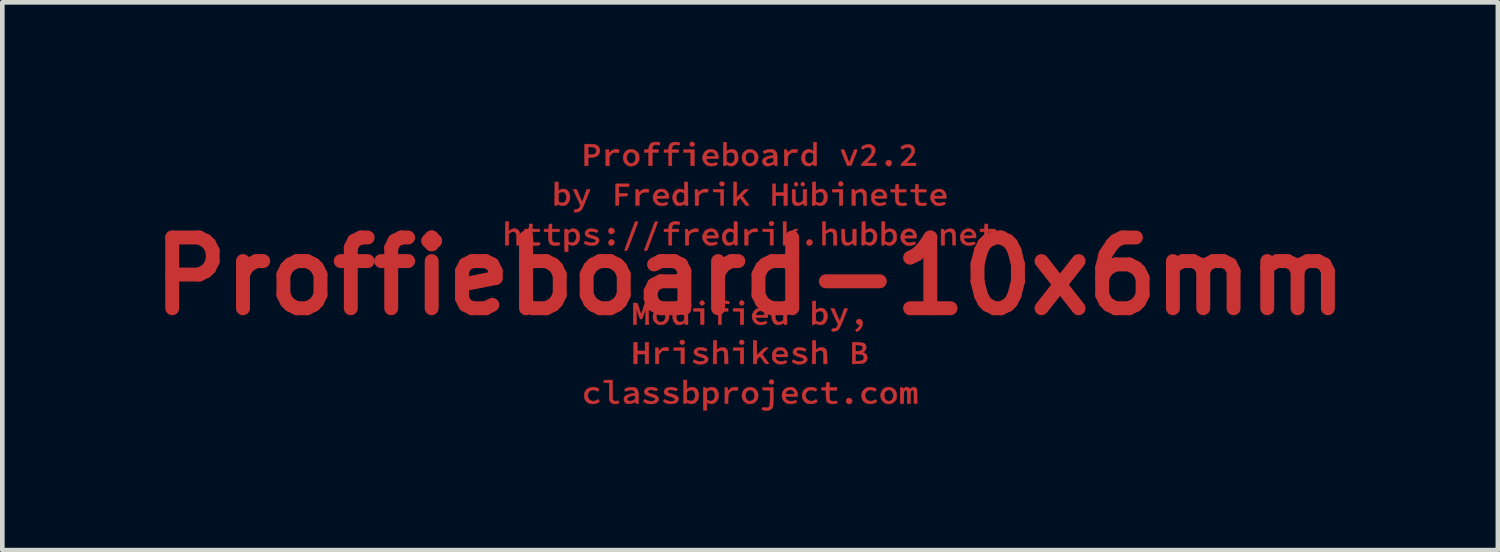
<source format=kicad_pcb>
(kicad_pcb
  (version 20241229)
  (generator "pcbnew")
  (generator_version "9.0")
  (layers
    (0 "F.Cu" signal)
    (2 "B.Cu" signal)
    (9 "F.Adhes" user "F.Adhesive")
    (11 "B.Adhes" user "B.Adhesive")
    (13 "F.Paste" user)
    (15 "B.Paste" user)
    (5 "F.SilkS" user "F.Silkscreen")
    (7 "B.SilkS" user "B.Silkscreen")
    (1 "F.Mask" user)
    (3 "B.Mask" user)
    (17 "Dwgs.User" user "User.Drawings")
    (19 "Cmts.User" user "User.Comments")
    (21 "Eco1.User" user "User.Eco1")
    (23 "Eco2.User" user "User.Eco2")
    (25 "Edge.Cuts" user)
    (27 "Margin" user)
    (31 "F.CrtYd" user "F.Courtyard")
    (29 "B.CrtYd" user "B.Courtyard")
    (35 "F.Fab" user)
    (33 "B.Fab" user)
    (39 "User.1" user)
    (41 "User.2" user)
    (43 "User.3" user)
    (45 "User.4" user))
  (footprint "Proffieboard-10x6mm"
    (layer "F.Cu")
    (at 13.106 2.9)
    (property "Reference" "Proffieboard-10x6mm" (at 0 0 0) (layer "F.Cu") (effects (font (size 1.524 1.524) (thickness 0.3))))
    (attr through_hole)
    (fp_poly (pts (xy -1.414 1.888) (xy -1.49 1.888) (xy -1.49 1.6) (xy -1.643 1.6) (xy -1.643 1.541) (xy -1.414 1.541) (xy -1.414 1.888)) (stroke (width 0.01) (type solid)) (fill yes) (layer "F.Cu"))
    (fp_poly (pts (xy -1.202 -2.379) (xy -1.278 -2.379) (xy -1.278 -2.667) (xy -1.431 -2.667) (xy -1.431 -2.726) (xy -1.202 -2.726) (xy -1.202 -2.379)) (stroke (width 0.01) (type solid)) (fill yes) (layer "F.Cu"))
    (fp_poly (pts (xy -0.991 1.041) (xy -1.067 1.041) (xy -1.067 0.754) (xy -1.219 0.754) (xy -1.219 0.694) (xy -0.991 0.694) (xy -0.991 1.041)) (stroke (width 0.01) (type solid)) (fill yes) (layer "F.Cu"))
    (fp_poly (pts (xy -0.135 1.041) (xy -0.212 1.041) (xy -0.212 0.754) (xy -0.364 0.754) (xy -0.364 0.694) (xy -0.135 0.694) (xy -0.135 1.041)) (stroke (width 0.01) (type solid)) (fill yes) (layer "F.Cu"))
    (fp_poly (pts (xy -0.135 1.888) (xy -0.212 1.888) (xy -0.212 1.6) (xy -0.364 1.6) (xy -0.364 1.541) (xy -0.135 1.541) (xy -0.135 1.888)) (stroke (width 0.01) (type solid)) (fill yes) (layer "F.Cu"))
    (fp_poly (pts (xy 1.998 -1.524) (xy 1.922 -1.524) (xy 1.922 -1.812) (xy 1.77 -1.812) (xy 1.77 -1.871) (xy 1.998 -1.871) (xy 1.998 -1.524)) (stroke (width 0.01) (type solid)) (fill yes) (layer "F.Cu"))
    (fp_poly (pts (xy -0.567 -1.524) (xy -0.635 -1.524) (xy -0.635 -1.811) (xy -0.713 -1.814) (xy -0.792 -1.816) (xy -0.797 -1.871) (xy -0.567 -1.871) (xy -0.567 -1.524)) (stroke (width 0.01) (type solid)) (fill yes) (layer "F.Cu"))
    (fp_poly (pts (xy 0.5 -0.669) (xy 0.432 -0.669) (xy 0.432 -0.956) (xy 0.353 -0.959) (xy 0.275 -0.961) (xy 0.27 -1.016) (xy 0.5 -1.016) (xy 0.5 -0.669)) (stroke (width 0.01) (type solid)) (fill yes) (layer "F.Cu"))
    (fp_poly (pts (xy -2.608 -1.93) (xy -2.828 -1.93) (xy -2.828 -1.786) (xy -2.642 -1.786) (xy -2.642 -1.728) (xy -2.733 -1.725) (xy -2.824 -1.723) (xy -2.826 -1.623) (xy -2.828 -1.524) (xy -2.896 -1.524) (xy -2.896 -1.99) (xy -2.608 -1.99) (xy -2.608 -1.93)) (stroke (width 0.01) (type solid)) (fill yes) (layer "F.Cu"))
    (fp_poly (pts (xy -2.43 1.609) (xy -2.261 1.609) (xy -2.261 1.422) (xy -2.184 1.422) (xy -2.184 1.888) (xy -2.261 1.888) (xy -2.261 1.676) (xy -2.43 1.676) (xy -2.43 1.888) (xy -2.506 1.888) (xy -2.506 1.422) (xy -2.43 1.422) (xy -2.43 1.609)) (stroke (width 0.01) (type solid)) (fill yes) (layer "F.Cu"))
    (fp_poly (pts (xy 0.55 -1.803) (xy 0.728 -1.803) (xy 0.728 -1.99) (xy 0.804 -1.99) (xy 0.804 -1.524) (xy 0.728 -1.524) (xy 0.728 -1.736) (xy 0.55 -1.736) (xy 0.55 -1.524) (xy 0.483 -1.524) (xy 0.483 -1.99) (xy 0.55 -1.99) (xy 0.55 -1.803)) (stroke (width 0.01) (type solid)) (fill yes) (layer "F.Cu"))
    (fp_poly (pts (xy -1.018 0.528) (xy -0.997 0.54) (xy -0.984 0.563) (xy -0.982 0.577) (xy -0.989 0.602) (xy -1.007 0.619) (xy -1.031 0.626) (xy -1.055 0.622) (xy -1.07 0.611) (xy -1.082 0.587) (xy -1.081 0.56) (xy -1.068 0.539) (xy -1.044 0.526) (xy -1.018 0.528)) (stroke (width 0.01) (type solid)) (fill yes) (layer "F.Cu"))
    (fp_poly (pts (xy -1.219 -2.889) (xy -1.202 -2.871) (xy -1.194 -2.847) (xy -1.198 -2.823) (xy -1.209 -2.808) (xy -1.231 -2.797) (xy -1.257 -2.795) (xy -1.275 -2.8) (xy -1.293 -2.82) (xy -1.299 -2.845) (xy -1.294 -2.864) (xy -1.279 -2.885) (xy -1.259 -2.894) (xy -1.244 -2.895) (xy -1.219 -2.889)) (stroke (width 0.01) (type solid)) (fill yes) (layer "F.Cu"))
    (fp_poly (pts (xy -0.152 0.532) (xy -0.135 0.55) (xy -0.127 0.573) (xy -0.131 0.598) (xy -0.142 0.613) (xy -0.164 0.624) (xy -0.19 0.626) (xy -0.208 0.62) (xy -0.226 0.6) (xy -0.232 0.575) (xy -0.228 0.557) (xy -0.212 0.535) (xy -0.192 0.526) (xy -0.177 0.525) (xy -0.152 0.532)) (stroke (width 0.01) (type solid)) (fill yes) (layer "F.Cu"))
    (fp_poly (pts (xy -0.152 1.379) (xy -0.135 1.396) (xy -0.127 1.42) (xy -0.131 1.444) (xy -0.142 1.459) (xy -0.164 1.47) (xy -0.19 1.473) (xy -0.208 1.467) (xy -0.226 1.447) (xy -0.232 1.422) (xy -0.228 1.403) (xy -0.212 1.382) (xy -0.192 1.373) (xy -0.177 1.372) (xy -0.152 1.379)) (stroke (width 0.01) (type solid)) (fill yes) (layer "F.Cu"))
    (fp_poly (pts (xy 0.999 -2.028) (xy 1.012 -2.02) (xy 1.028 -2.001) (xy 1.033 -1.977) (xy 1.027 -1.955) (xy 1.023 -1.949) (xy 1.003 -1.94) (xy 0.979 -1.942) (xy 0.962 -1.952) (xy 0.949 -1.975) (xy 0.952 -1.999) (xy 0.968 -2.019) (xy 0.969 -2.02) (xy 0.986 -2.029) (xy 0.999 -2.028)) (stroke (width 0.01) (type solid)) (fill yes) (layer "F.Cu"))
    (fp_poly (pts (xy 1.143 -2.028) (xy 1.156 -2.02) (xy 1.173 -2.001) (xy 1.177 -1.978) (xy 1.169 -1.957) (xy 1.151 -1.943) (xy 1.131 -1.939) (xy 1.116 -1.944) (xy 1.106 -1.952) (xy 1.093 -1.975) (xy 1.096 -1.999) (xy 1.112 -2.019) (xy 1.113 -2.02) (xy 1.13 -2.029) (xy 1.143 -2.028)) (stroke (width 0.01) (type solid)) (fill yes) (layer "F.Cu"))
    (fp_poly (pts (xy 1.981 -2.033) (xy 1.999 -2.016) (xy 2.006 -1.992) (xy 2.002 -1.968) (xy 1.991 -1.953) (xy 1.969 -1.942) (xy 1.943 -1.939) (xy 1.925 -1.945) (xy 1.908 -1.965) (xy 1.902 -1.99) (xy 1.906 -2.009) (xy 1.921 -2.03) (xy 1.942 -2.039) (xy 1.957 -2.04) (xy 1.981 -2.033)) (stroke (width 0.01) (type solid)) (fill yes) (layer "F.Cu"))
    (fp_poly (pts (xy -2.96 -1.034) (xy -2.937 -1.015) (xy -2.923 -0.99) (xy -2.921 -0.976) (xy -2.928 -0.947) (xy -2.947 -0.924) (xy -2.972 -0.911) (xy -2.999 -0.91) (xy -3.021 -0.919) (xy -3.043 -0.943) (xy -3.051 -0.971) (xy -3.047 -0.998) (xy -3.033 -1.022) (xy -3.009 -1.037) (xy -2.986 -1.041) (xy -2.96 -1.034)) (stroke (width 0.01) (type solid)) (fill yes) (layer "F.Cu"))
    (fp_poly (pts (xy -0.579 -2.032) (xy -0.56 -2.016) (xy -0.551 -1.994) (xy -0.55 -1.99) (xy -0.558 -1.968) (xy -0.576 -1.949) (xy -0.599 -1.939) (xy -0.605 -1.939) (xy -0.627 -1.945) (xy -0.643 -1.956) (xy -0.658 -1.979) (xy -0.657 -2.004) (xy -0.647 -2.022) (xy -0.628 -2.036) (xy -0.604 -2.039) (xy -0.579 -2.032)) (stroke (width 0.01) (type solid)) (fill yes) (layer "F.Cu"))
    (fp_poly (pts (xy 0.487 -1.177) (xy 0.507 -1.161) (xy 0.516 -1.139) (xy 0.516 -1.135) (xy 0.509 -1.113) (xy 0.491 -1.094) (xy 0.467 -1.084) (xy 0.461 -1.084) (xy 0.44 -1.09) (xy 0.423 -1.101) (xy 0.408 -1.124) (xy 0.41 -1.149) (xy 0.42 -1.167) (xy 0.439 -1.181) (xy 0.463 -1.184) (xy 0.487 -1.177)) (stroke (width 0.01) (type solid)) (fill yes) (layer "F.Cu"))
    (fp_poly (pts (xy 0.487 2.235) (xy 0.507 2.251) (xy 0.516 2.273) (xy 0.516 2.278) (xy 0.509 2.299) (xy 0.491 2.318) (xy 0.467 2.328) (xy 0.461 2.328) (xy 0.44 2.322) (xy 0.423 2.311) (xy 0.408 2.288) (xy 0.41 2.263) (xy 0.42 2.246) (xy 0.439 2.231) (xy 0.463 2.228) (xy 0.487 2.235)) (stroke (width 0.01) (type solid)) (fill yes) (layer "F.Cu"))
    (fp_poly (pts (xy 2.163 2.629) (xy 2.185 2.648) (xy 2.198 2.674) (xy 2.198 2.696) (xy 2.185 2.726) (xy 2.161 2.745) (xy 2.134 2.752) (xy 2.109 2.746) (xy 2.092 2.737) (xy 2.074 2.712) (xy 2.069 2.685) (xy 2.076 2.658) (xy 2.094 2.636) (xy 2.12 2.623) (xy 2.134 2.622) (xy 2.163 2.629)) (stroke (width 0.01) (type solid)) (fill yes) (layer "F.Cu"))
    (fp_poly (pts (xy 3.871 -0.784) (xy 3.893 -0.764) (xy 3.903 -0.733) (xy 3.903 -0.724) (xy 3.896 -0.695) (xy 3.879 -0.674) (xy 3.854 -0.662) (xy 3.827 -0.662) (xy 3.802 -0.674) (xy 3.794 -0.683) (xy 3.779 -0.713) (xy 3.777 -0.742) (xy 3.789 -0.767) (xy 3.811 -0.785) (xy 3.84 -0.791) (xy 3.871 -0.784)) (stroke (width 0.01) (type solid)) (fill yes) (layer "F.Cu"))
    (fp_poly (pts (xy -2.957 -0.785) (xy -2.937 -0.768) (xy -2.925 -0.744) (xy -2.923 -0.717) (xy -2.934 -0.691) (xy -2.942 -0.681) (xy -2.968 -0.665) (xy -2.997 -0.661) (xy -3.023 -0.67) (xy -3.025 -0.671) (xy -3.045 -0.695) (xy -3.051 -0.724) (xy -3.044 -0.753) (xy -3.025 -0.777) (xy -3.011 -0.786) (xy -2.982 -0.792) (xy -2.957 -0.785)) (stroke (width 0.01) (type solid)) (fill yes) (layer "F.Cu"))
    (fp_poly (pts (xy -1.437 1.378) (xy -1.417 1.395) (xy -1.406 1.417) (xy -1.405 1.422) (xy -1.413 1.444) (xy -1.431 1.463) (xy -1.455 1.473) (xy -1.46 1.473) (xy -1.482 1.467) (xy -1.499 1.456) (xy -1.511 1.438) (xy -1.516 1.422) (xy -1.508 1.401) (xy -1.49 1.382) (xy -1.466 1.372) (xy -1.46 1.372) (xy -1.437 1.378)) (stroke (width 0.01) (type solid)) (fill yes) (layer "F.Cu"))
    (fp_poly (pts (xy 1.31 -0.785) (xy 1.33 -0.768) (xy 1.342 -0.744) (xy 1.344 -0.717) (xy 1.334 -0.691) (xy 1.325 -0.681) (xy 1.299 -0.665) (xy 1.27 -0.661) (xy 1.244 -0.67) (xy 1.242 -0.671) (xy 1.223 -0.695) (xy 1.216 -0.724) (xy 1.223 -0.753) (xy 1.242 -0.777) (xy 1.256 -0.786) (xy 1.285 -0.792) (xy 1.31 -0.785)) (stroke (width 0.01) (type solid)) (fill yes) (layer "F.Cu"))
    (fp_poly (pts (xy 2.997 -2.501) (xy 3.021 -2.491) (xy 3.04 -2.473) (xy 3.05 -2.448) (xy 3.049 -2.419) (xy 3.047 -2.414) (xy 3.03 -2.387) (xy 3.005 -2.372) (xy 2.977 -2.372) (xy 2.948 -2.385) (xy 2.942 -2.391) (xy 2.925 -2.416) (xy 2.923 -2.443) (xy 2.931 -2.467) (xy 2.948 -2.49) (xy 2.972 -2.501) (xy 2.997 -2.501)) (stroke (width 0.01) (type solid)) (fill yes) (layer "F.Cu"))
    (fp_poly (pts (xy -2.848 -2.733) (xy -2.829 -2.726) (xy -2.821 -2.713) (xy -2.823 -2.691) (xy -2.828 -2.663) (xy -2.956 -2.663) (xy -2.994 -2.623) (xy -3.031 -2.583) (xy -3.031 -2.379) (xy -3.107 -2.379) (xy -3.107 -2.726) (xy -3.04 -2.726) (xy -3.04 -2.65) (xy -3.009 -2.68) (xy -2.968 -2.713) (xy -2.924 -2.73) (xy -2.881 -2.735) (xy -2.848 -2.733)) (stroke (width 0.01) (type solid)) (fill yes) (layer "F.Cu"))
    (fp_poly (pts (xy -1.781 1.535) (xy -1.762 1.541) (xy -1.754 1.555) (xy -1.756 1.576) (xy -1.761 1.604) (xy -1.889 1.604) (xy -1.927 1.644) (xy -1.964 1.684) (xy -1.964 1.888) (xy -2.04 1.888) (xy -2.04 1.541) (xy -1.973 1.541) (xy -1.973 1.618) (xy -1.942 1.587) (xy -1.901 1.554) (xy -1.857 1.537) (xy -1.814 1.533) (xy -1.781 1.535)) (stroke (width 0.01) (type solid)) (fill yes) (layer "F.Cu"))
    (fp_poly (pts (xy -1.995 -2.889) (xy -1.961 -2.882) (xy -1.942 -2.87) (xy -1.939 -2.859) (xy -1.942 -2.836) (xy -1.953 -2.826) (xy -1.975 -2.826) (xy -1.986 -2.829) (xy -2.03 -2.834) (xy -2.066 -2.826) (xy -2.091 -2.806) (xy -2.106 -2.774) (xy -2.108 -2.751) (xy -2.108 -2.726) (xy -1.973 -2.726) (xy -1.973 -2.667) (xy -2.108 -2.667) (xy -2.108 -2.379) (xy -2.184 -2.379) (xy -2.184 -2.667) (xy -2.278 -2.667) (xy -2.278 -2.726) (xy -2.187 -2.726) (xy -2.181 -2.766) (xy -2.168 -2.816) (xy -2.144 -2.853) (xy -2.108 -2.878) (xy -2.061 -2.889) (xy -2.045 -2.89) (xy -1.995 -2.889)) (stroke (width 0.01) (type solid)) (fill yes) (layer "F.Cu"))
    (fp_poly (pts (xy -0.926 -1.878) (xy -0.907 -1.871) (xy -0.899 -1.859) (xy -0.902 -1.839) (xy -0.903 -1.836) (xy -0.908 -1.821) (xy -0.915 -1.813) (xy -0.93 -1.81) (xy -0.957 -1.811) (xy -0.957 -1.811) (xy -0.999 -1.81) (xy -1.032 -1.801) (xy -1.061 -1.782) (xy -1.079 -1.765) (xy -1.109 -1.733) (xy -1.109 -1.524) (xy -1.185 -1.524) (xy -1.185 -1.872) (xy -1.154 -1.87) (xy -1.134 -1.867) (xy -1.124 -1.86) (xy -1.12 -1.843) (xy -1.119 -1.831) (xy -1.117 -1.795) (xy -1.096 -1.82) (xy -1.061 -1.849) (xy -1.016 -1.87) (xy -0.968 -1.879) (xy -0.96 -1.879) (xy -0.926 -1.878)) (stroke (width 0.01) (type solid)) (fill yes) (layer "F.Cu"))
    (fp_poly (pts (xy 0.14 -1.023) (xy 0.16 -1.016) (xy 0.167 -1.004) (xy 0.165 -0.983) (xy 0.164 -0.981) (xy 0.159 -0.965) (xy 0.151 -0.957) (xy 0.137 -0.955) (xy 0.11 -0.956) (xy 0.11 -0.956) (xy 0.068 -0.955) (xy 0.035 -0.946) (xy 0.006 -0.926) (xy -0.012 -0.909) (xy -0.042 -0.878) (xy -0.042 -0.669) (xy -0.119 -0.669) (xy -0.119 -1.017) (xy -0.087 -1.014) (xy -0.067 -1.012) (xy -0.057 -1.005) (xy -0.053 -0.988) (xy -0.052 -0.976) (xy -0.05 -0.94) (xy -0.029 -0.964) (xy 0.006 -0.994) (xy 0.051 -1.015) (xy 0.099 -1.024) (xy 0.106 -1.024) (xy 0.14 -1.023)) (stroke (width 0.01) (type solid)) (fill yes) (layer "F.Cu"))
    (fp_poly (pts (xy -0.288 -1.698) (xy -0.201 -1.785) (xy -0.167 -1.818) (xy -0.142 -1.842) (xy -0.124 -1.857) (xy -0.11 -1.866) (xy -0.097 -1.87) (xy -0.082 -1.871) (xy -0.072 -1.871) (xy -0.03 -1.871) (xy -0.099 -1.801) (xy -0.168 -1.731) (xy -0.018 -1.528) (xy -0.057 -1.526) (xy -0.087 -1.526) (xy -0.102 -1.533) (xy -0.102 -1.534) (xy -0.11 -1.545) (xy -0.125 -1.567) (xy -0.145 -1.595) (xy -0.161 -1.616) (xy -0.213 -1.687) (xy -0.25 -1.65) (xy -0.271 -1.629) (xy -0.283 -1.612) (xy -0.287 -1.593) (xy -0.288 -1.569) (xy -0.288 -1.524) (xy -0.356 -1.524) (xy -0.356 -2.032) (xy -0.288 -2.032) (xy -0.288 -1.698)) (stroke (width 0.01) (type solid)) (fill yes) (layer "F.Cu"))
    (fp_poly (pts (xy 0.779 -0.843) (xy 0.866 -0.929) (xy 0.9 -0.963) (xy 0.925 -0.987) (xy 0.943 -1.002) (xy 0.957 -1.011) (xy 0.97 -1.015) (xy 0.984 -1.016) (xy 0.995 -1.016) (xy 1.037 -1.016) (xy 0.968 -0.946) (xy 0.899 -0.876) (xy 1.049 -0.673) (xy 1.01 -0.67) (xy 0.98 -0.671) (xy 0.965 -0.678) (xy 0.964 -0.679) (xy 0.957 -0.69) (xy 0.942 -0.711) (xy 0.921 -0.74) (xy 0.906 -0.761) (xy 0.854 -0.832) (xy 0.816 -0.795) (xy 0.795 -0.773) (xy 0.784 -0.757) (xy 0.78 -0.738) (xy 0.779 -0.714) (xy 0.779 -0.669) (xy 0.711 -0.669) (xy 0.711 -1.177) (xy 0.779 -1.177) (xy 0.779 -0.843)) (stroke (width 0.01) (type solid)) (fill yes) (layer "F.Cu"))
    (fp_poly (pts (xy 1.626 -0.964) (xy 1.659 -0.991) (xy 1.701 -1.015) (xy 1.748 -1.024) (xy 1.794 -1.017) (xy 1.806 -1.013) (xy 1.828 -1.001) (xy 1.844 -0.985) (xy 1.856 -0.962) (xy 1.864 -0.93) (xy 1.869 -0.886) (xy 1.871 -0.829) (xy 1.871 -0.798) (xy 1.871 -0.669) (xy 1.795 -0.669) (xy 1.795 -0.795) (xy 1.795 -0.845) (xy 1.794 -0.881) (xy 1.792 -0.906) (xy 1.789 -0.923) (xy 1.784 -0.934) (xy 1.78 -0.94) (xy 1.756 -0.956) (xy 1.725 -0.96) (xy 1.69 -0.952) (xy 1.661 -0.936) (xy 1.626 -0.912) (xy 1.626 -0.669) (xy 1.558 -0.669) (xy 1.558 -1.177) (xy 1.626 -1.177) (xy 1.626 -0.964)) (stroke (width 0.01) (type solid)) (fill yes) (layer "F.Cu"))
    (fp_poly (pts (xy 2.299 -2.727) (xy 2.305 -2.724) (xy 2.307 -2.718) (xy 2.304 -2.705) (xy 2.298 -2.685) (xy 2.286 -2.655) (xy 2.27 -2.613) (xy 2.248 -2.558) (xy 2.24 -2.54) (xy 2.178 -2.383) (xy 2.094 -2.378) (xy 2.025 -2.548) (xy 2.005 -2.598) (xy 1.987 -2.642) (xy 1.972 -2.679) (xy 1.962 -2.706) (xy 1.956 -2.721) (xy 1.956 -2.722) (xy 1.963 -2.725) (xy 1.982 -2.725) (xy 1.992 -2.725) (xy 2.028 -2.722) (xy 2.082 -2.579) (xy 2.137 -2.436) (xy 2.152 -2.482) (xy 2.162 -2.508) (xy 2.175 -2.545) (xy 2.191 -2.587) (xy 2.206 -2.627) (xy 2.245 -2.726) (xy 2.279 -2.726) (xy 2.29 -2.727) (xy 2.299 -2.727)) (stroke (width 0.01) (type solid)) (fill yes) (layer "F.Cu"))
    (fp_poly (pts (xy 2.381 0.93) (xy 2.403 0.948) (xy 2.417 0.975) (xy 2.422 1.009) (xy 2.419 1.046) (xy 2.408 1.084) (xy 2.389 1.12) (xy 2.363 1.152) (xy 2.332 1.175) (xy 2.309 1.188) (xy 2.295 1.192) (xy 2.287 1.188) (xy 2.28 1.176) (xy 2.279 1.173) (xy 2.275 1.16) (xy 2.279 1.15) (xy 2.294 1.138) (xy 2.304 1.131) (xy 2.328 1.11) (xy 2.347 1.086) (xy 2.35 1.079) (xy 2.359 1.057) (xy 2.36 1.046) (xy 2.352 1.041) (xy 2.337 1.037) (xy 2.309 1.024) (xy 2.293 1.004) (xy 2.288 0.98) (xy 2.293 0.956) (xy 2.309 0.936) (xy 2.335 0.924) (xy 2.35 0.923) (xy 2.381 0.93)) (stroke (width 0.01) (type solid)) (fill yes) (layer "F.Cu"))
    (fp_poly (pts (xy -2.217 -1.877) (xy -2.193 -1.874) (xy -2.179 -1.869) (xy -2.178 -1.859) (xy -2.182 -1.839) (xy -2.182 -1.837) (xy -2.189 -1.809) (xy -2.242 -1.811) (xy -2.292 -1.807) (xy -2.332 -1.791) (xy -2.365 -1.76) (xy -2.371 -1.753) (xy -2.378 -1.74) (xy -2.383 -1.726) (xy -2.386 -1.705) (xy -2.387 -1.674) (xy -2.388 -1.631) (xy -2.388 -1.626) (xy -2.388 -1.524) (xy -2.464 -1.524) (xy -2.464 -1.871) (xy -2.435 -1.871) (xy -2.416 -1.87) (xy -2.407 -1.862) (xy -2.402 -1.844) (xy -2.4 -1.837) (xy -2.394 -1.803) (xy -2.363 -1.832) (xy -2.336 -1.851) (xy -2.309 -1.867) (xy -2.299 -1.871) (xy -2.276 -1.876) (xy -2.247 -1.878) (xy -2.217 -1.877)) (stroke (width 0.01) (type solid)) (fill yes) (layer "F.Cu"))
    (fp_poly (pts (xy -1.566 -2.887) (xy -1.534 -2.88) (xy -1.517 -2.872) (xy -1.511 -2.862) (xy -1.514 -2.846) (xy -1.515 -2.843) (xy -1.521 -2.829) (xy -1.531 -2.825) (xy -1.548 -2.827) (xy -1.558 -2.829) (xy -1.599 -2.833) (xy -1.634 -2.828) (xy -1.661 -2.814) (xy -1.664 -2.811) (xy -1.674 -2.792) (xy -1.682 -2.767) (xy -1.682 -2.761) (xy -1.687 -2.726) (xy -1.541 -2.726) (xy -1.541 -2.667) (xy -1.685 -2.667) (xy -1.685 -2.379) (xy -1.753 -2.379) (xy -1.753 -2.667) (xy -1.854 -2.667) (xy -1.854 -2.726) (xy -1.753 -2.726) (xy -1.753 -2.761) (xy -1.745 -2.807) (xy -1.725 -2.844) (xy -1.692 -2.872) (xy -1.65 -2.887) (xy -1.599 -2.891) (xy -1.566 -2.887)) (stroke (width 0.01) (type solid)) (fill yes) (layer "F.Cu"))
    (fp_poly (pts (xy -1.566 -1.177) (xy -1.534 -1.17) (xy -1.517 -1.162) (xy -1.511 -1.151) (xy -1.514 -1.136) (xy -1.515 -1.132) (xy -1.521 -1.119) (xy -1.531 -1.114) (xy -1.548 -1.117) (xy -1.558 -1.119) (xy -1.599 -1.123) (xy -1.634 -1.118) (xy -1.661 -1.104) (xy -1.664 -1.1) (xy -1.674 -1.082) (xy -1.682 -1.056) (xy -1.682 -1.051) (xy -1.687 -1.016) (xy -1.541 -1.016) (xy -1.541 -0.957) (xy -1.685 -0.957) (xy -1.685 -0.669) (xy -1.753 -0.669) (xy -1.753 -0.957) (xy -1.854 -0.957) (xy -1.854 -1.016) (xy -1.753 -1.016) (xy -1.753 -1.051) (xy -1.745 -1.097) (xy -1.725 -1.134) (xy -1.692 -1.161) (xy -1.65 -1.177) (xy -1.599 -1.181) (xy -1.566 -1.177)) (stroke (width 0.01) (type solid)) (fill yes) (layer "F.Cu"))
    (fp_poly (pts (xy -1.15 -1.022) (xy -1.126 -1.019) (xy -1.113 -1.014) (xy -1.112 -1.003) (xy -1.115 -0.984) (xy -1.115 -0.982) (xy -1.123 -0.954) (xy -1.175 -0.956) (xy -1.225 -0.952) (xy -1.266 -0.935) (xy -1.298 -0.905) (xy -1.304 -0.898) (xy -1.311 -0.885) (xy -1.316 -0.87) (xy -1.319 -0.849) (xy -1.32 -0.819) (xy -1.321 -0.775) (xy -1.321 -0.771) (xy -1.321 -0.669) (xy -1.397 -0.669) (xy -1.397 -1.016) (xy -1.368 -1.016) (xy -1.349 -1.015) (xy -1.34 -1.007) (xy -1.335 -0.989) (xy -1.333 -0.982) (xy -1.328 -0.948) (xy -1.296 -0.977) (xy -1.27 -0.996) (xy -1.242 -1.012) (xy -1.232 -1.016) (xy -1.209 -1.02) (xy -1.18 -1.022) (xy -1.15 -1.022)) (stroke (width 0.01) (type solid)) (fill yes) (layer "F.Cu"))
    (fp_poly (pts (xy -0.718 1.481) (xy -0.715 1.583) (xy -0.684 1.561) (xy -0.644 1.541) (xy -0.599 1.534) (xy -0.556 1.539) (xy -0.539 1.545) (xy -0.519 1.557) (xy -0.504 1.572) (xy -0.492 1.593) (xy -0.485 1.623) (xy -0.48 1.663) (xy -0.477 1.717) (xy -0.476 1.755) (xy -0.473 1.888) (xy -0.55 1.888) (xy -0.55 1.769) (xy -0.551 1.712) (xy -0.554 1.669) (xy -0.559 1.638) (xy -0.567 1.618) (xy -0.58 1.605) (xy -0.597 1.598) (xy -0.601 1.597) (xy -0.636 1.598) (xy -0.674 1.613) (xy -0.695 1.626) (xy -0.72 1.644) (xy -0.72 1.888) (xy -0.796 1.888) (xy -0.794 1.636) (xy -0.792 1.384) (xy -0.72 1.379) (xy -0.718 1.481)) (stroke (width 0.01) (type solid)) (fill yes) (layer "F.Cu"))
    (fp_poly (pts (xy -0.499 0.533) (xy -0.467 0.541) (xy -0.45 0.548) (xy -0.444 0.559) (xy -0.447 0.575) (xy -0.448 0.578) (xy -0.454 0.591) (xy -0.464 0.596) (xy -0.482 0.594) (xy -0.491 0.592) (xy -0.532 0.587) (xy -0.568 0.593) (xy -0.594 0.607) (xy -0.597 0.61) (xy -0.607 0.628) (xy -0.615 0.654) (xy -0.616 0.66) (xy -0.62 0.694) (xy -0.474 0.694) (xy -0.474 0.754) (xy -0.618 0.754) (xy -0.618 1.041) (xy -0.686 1.041) (xy -0.686 0.754) (xy -0.787 0.754) (xy -0.787 0.694) (xy -0.686 0.694) (xy -0.686 0.659) (xy -0.679 0.613) (xy -0.658 0.576) (xy -0.626 0.549) (xy -0.583 0.533) (xy -0.533 0.529) (xy -0.499 0.533)) (stroke (width 0.01) (type solid)) (fill yes) (layer "F.Cu"))
    (fp_poly (pts (xy -0.285 2.392) (xy -0.265 2.395) (xy -0.259 2.397) (xy -0.258 2.407) (xy -0.261 2.427) (xy -0.262 2.43) (xy -0.271 2.46) (xy -0.324 2.457) (xy -0.356 2.456) (xy -0.379 2.46) (xy -0.399 2.469) (xy -0.406 2.474) (xy -0.434 2.495) (xy -0.453 2.517) (xy -0.465 2.543) (xy -0.471 2.578) (xy -0.474 2.624) (xy -0.474 2.647) (xy -0.474 2.743) (xy -0.542 2.743) (xy -0.542 2.396) (xy -0.512 2.396) (xy -0.492 2.397) (xy -0.484 2.405) (xy -0.483 2.423) (xy -0.483 2.425) (xy -0.48 2.45) (xy -0.472 2.458) (xy -0.458 2.451) (xy -0.448 2.442) (xy -0.407 2.409) (xy -0.36 2.392) (xy -0.312 2.389) (xy -0.285 2.392)) (stroke (width 0.01) (type solid)) (fill yes) (layer "F.Cu"))
    (fp_poly (pts (xy 0.983 -2.732) (xy 1.008 -2.729) (xy 1.021 -2.724) (xy 1.022 -2.714) (xy 1.019 -2.694) (xy 1.018 -2.692) (xy 1.011 -2.664) (xy 0.958 -2.666) (xy 0.908 -2.662) (xy 0.868 -2.646) (xy 0.835 -2.615) (xy 0.83 -2.608) (xy 0.822 -2.596) (xy 0.818 -2.581) (xy 0.815 -2.56) (xy 0.813 -2.529) (xy 0.813 -2.486) (xy 0.813 -2.482) (xy 0.813 -2.379) (xy 0.737 -2.379) (xy 0.737 -2.726) (xy 0.765 -2.726) (xy 0.784 -2.725) (xy 0.794 -2.718) (xy 0.799 -2.7) (xy 0.8 -2.692) (xy 0.806 -2.658) (xy 0.838 -2.687) (xy 0.864 -2.707) (xy 0.892 -2.722) (xy 0.902 -2.726) (xy 0.924 -2.731) (xy 0.954 -2.733) (xy 0.983 -2.732)) (stroke (width 0.01) (type solid)) (fill yes) (layer "F.Cu"))
    (fp_poly (pts (xy 1.416 1.481) (xy 1.418 1.583) (xy 1.45 1.561) (xy 1.49 1.541) (xy 1.534 1.534) (xy 1.577 1.539) (xy 1.594 1.545) (xy 1.615 1.557) (xy 1.63 1.572) (xy 1.641 1.593) (xy 1.649 1.623) (xy 1.654 1.663) (xy 1.657 1.717) (xy 1.658 1.755) (xy 1.661 1.888) (xy 1.583 1.888) (xy 1.583 1.769) (xy 1.583 1.712) (xy 1.58 1.669) (xy 1.575 1.638) (xy 1.566 1.618) (xy 1.554 1.605) (xy 1.537 1.598) (xy 1.533 1.597) (xy 1.498 1.598) (xy 1.46 1.613) (xy 1.438 1.626) (xy 1.414 1.644) (xy 1.414 1.888) (xy 1.337 1.888) (xy 1.34 1.636) (xy 1.342 1.384) (xy 1.413 1.379) (xy 1.416 1.481)) (stroke (width 0.01) (type solid)) (fill yes) (layer "F.Cu"))
    (fp_poly (pts (xy -2.963 2.651) (xy -2.942 2.673) (xy -2.927 2.685) (xy -2.912 2.691) (xy -2.891 2.69) (xy -2.875 2.689) (xy -2.849 2.686) (xy -2.835 2.687) (xy -2.828 2.694) (xy -2.825 2.703) (xy -2.821 2.722) (xy -2.824 2.733) (xy -2.84 2.74) (xy -2.846 2.742) (xy -2.887 2.75) (xy -2.932 2.749) (xy -2.97 2.739) (xy -2.993 2.724) (xy -3.013 2.701) (xy -3.014 2.699) (xy -3.02 2.689) (xy -3.024 2.677) (xy -3.027 2.662) (xy -3.029 2.64) (xy -3.03 2.61) (xy -3.031 2.568) (xy -3.031 2.514) (xy -3.031 2.483) (xy -3.031 2.294) (xy -3.151 2.294) (xy -3.148 2.267) (xy -3.145 2.239) (xy -3.054 2.237) (xy -2.963 2.235) (xy -2.963 2.651)) (stroke (width 0.01) (type solid)) (fill yes) (layer "F.Cu"))
    (fp_poly (pts (xy -2.414 -1.172) (xy -2.414 -1.171) (xy -2.417 -1.162) (xy -2.425 -1.139) (xy -2.438 -1.103) (xy -2.455 -1.057) (xy -2.476 -1.002) (xy -2.499 -0.94) (xy -2.525 -0.873) (xy -2.53 -0.859) (xy -2.559 -0.782) (xy -2.584 -0.719) (xy -2.603 -0.669) (xy -2.618 -0.63) (xy -2.631 -0.601) (xy -2.64 -0.58) (xy -2.648 -0.567) (xy -2.655 -0.559) (xy -2.661 -0.554) (xy -2.667 -0.553) (xy -2.672 -0.552) (xy -2.691 -0.552) (xy -2.702 -0.555) (xy -2.701 -0.563) (xy -2.693 -0.586) (xy -2.681 -0.621) (xy -2.665 -0.667) (xy -2.645 -0.722) (xy -2.623 -0.784) (xy -2.597 -0.851) (xy -2.592 -0.866) (xy -2.476 -1.173) (xy -2.444 -1.175) (xy -2.424 -1.175) (xy -2.414 -1.172)) (stroke (width 0.01) (type solid)) (fill yes) (layer "F.Cu"))
    (fp_poly (pts (xy -5.2 -1.074) (xy -5.203 -0.969) (xy -5.162 -0.997) (xy -5.117 -1.019) (xy -5.074 -1.026) (xy -5.033 -1.018) (xy -4.998 -0.995) (xy -4.981 -0.974) (xy -4.974 -0.963) (xy -4.968 -0.95) (xy -4.965 -0.935) (xy -4.963 -0.912) (xy -4.962 -0.881) (xy -4.961 -0.836) (xy -4.961 -0.807) (xy -4.961 -0.669) (xy -5.029 -0.669) (xy -5.029 -0.782) (xy -5.03 -0.839) (xy -5.032 -0.882) (xy -5.037 -0.913) (xy -5.045 -0.934) (xy -5.057 -0.948) (xy -5.073 -0.956) (xy -5.073 -0.956) (xy -5.109 -0.961) (xy -5.145 -0.95) (xy -5.171 -0.934) (xy -5.199 -0.914) (xy -5.199 -0.669) (xy -5.275 -0.669) (xy -5.273 -0.921) (xy -5.271 -1.173) (xy -5.234 -1.175) (xy -5.197 -1.178) (xy -5.2 -1.074)) (stroke (width 0.01) (type solid)) (fill yes) (layer "F.Cu"))
    (fp_poly (pts (xy 2.434 -1.873) (xy 2.469 -1.851) (xy 2.487 -1.83) (xy 2.494 -1.818) (xy 2.499 -1.806) (xy 2.503 -1.79) (xy 2.505 -1.767) (xy 2.506 -1.736) (xy 2.506 -1.691) (xy 2.506 -1.662) (xy 2.506 -1.524) (xy 2.438 -1.524) (xy 2.438 -1.637) (xy 2.438 -1.695) (xy 2.435 -1.738) (xy 2.43 -1.768) (xy 2.422 -1.789) (xy 2.411 -1.803) (xy 2.395 -1.811) (xy 2.394 -1.811) (xy 2.359 -1.816) (xy 2.323 -1.806) (xy 2.297 -1.789) (xy 2.269 -1.769) (xy 2.269 -1.524) (xy 2.193 -1.524) (xy 2.193 -1.872) (xy 2.225 -1.87) (xy 2.246 -1.866) (xy 2.256 -1.858) (xy 2.259 -1.845) (xy 2.262 -1.822) (xy 2.304 -1.851) (xy 2.349 -1.873) (xy 2.393 -1.881) (xy 2.434 -1.873)) (stroke (width 0.01) (type solid)) (fill yes) (layer "F.Cu"))
    (fp_poly (pts (xy 0.5 2.597) (xy 0.499 2.668) (xy 0.498 2.725) (xy 0.496 2.768) (xy 0.492 2.801) (xy 0.486 2.825) (xy 0.477 2.843) (xy 0.464 2.857) (xy 0.448 2.868) (xy 0.431 2.877) (xy 0.391 2.891) (xy 0.346 2.894) (xy 0.293 2.886) (xy 0.29 2.886) (xy 0.264 2.876) (xy 0.254 2.861) (xy 0.259 2.842) (xy 0.265 2.834) (xy 0.274 2.826) (xy 0.287 2.824) (xy 0.31 2.829) (xy 0.312 2.829) (xy 0.353 2.834) (xy 0.387 2.828) (xy 0.412 2.811) (xy 0.423 2.793) (xy 0.426 2.775) (xy 0.428 2.742) (xy 0.43 2.699) (xy 0.432 2.647) (xy 0.432 2.611) (xy 0.432 2.456) (xy 0.353 2.454) (xy 0.275 2.451) (xy 0.27 2.396) (xy 0.5 2.396) (xy 0.5 2.597)) (stroke (width 0.01) (type solid)) (fill yes) (layer "F.Cu"))
    (fp_poly (pts (xy -1.999 -1.175) (xy -1.99 -1.17) (xy -1.99 -1.169) (xy -1.993 -1.16) (xy -2.001 -1.137) (xy -2.014 -1.101) (xy -2.031 -1.055) (xy -2.051 -1.001) (xy -2.074 -0.94) (xy -2.096 -0.879) (xy -2.121 -0.813) (xy -2.145 -0.751) (xy -2.166 -0.695) (xy -2.184 -0.647) (xy -2.198 -0.61) (xy -2.208 -0.584) (xy -2.211 -0.574) (xy -2.221 -0.557) (xy -2.236 -0.551) (xy -2.249 -0.55) (xy -2.268 -0.553) (xy -2.277 -0.558) (xy -2.278 -0.559) (xy -2.275 -0.568) (xy -2.267 -0.591) (xy -2.254 -0.625) (xy -2.238 -0.669) (xy -2.219 -0.721) (xy -2.197 -0.778) (xy -2.175 -0.839) (xy -2.152 -0.902) (xy -2.128 -0.963) (xy -2.106 -1.022) (xy -2.086 -1.076) (xy -2.068 -1.124) (xy -2.053 -1.162) (xy -2.04 -1.174) (xy -2.018 -1.177) (xy -1.999 -1.175)) (stroke (width 0.01) (type solid)) (fill yes) (layer "F.Cu"))
    (fp_poly (pts (xy 3.435 -2.837) (xy 3.482 -2.821) (xy 3.517 -2.794) (xy 3.539 -2.756) (xy 3.547 -2.709) (xy 3.547 -2.705) (xy 3.543 -2.67) (xy 3.53 -2.634) (xy 3.506 -2.596) (xy 3.471 -2.552) (xy 3.43 -2.508) (xy 3.361 -2.438) (xy 3.573 -2.438) (xy 3.573 -2.379) (xy 3.251 -2.379) (xy 3.251 -2.4) (xy 3.257 -2.419) (xy 3.277 -2.443) (xy 3.296 -2.461) (xy 3.356 -2.517) (xy 3.403 -2.565) (xy 3.438 -2.607) (xy 3.461 -2.643) (xy 3.475 -2.675) (xy 3.48 -2.705) (xy 3.48 -2.705) (xy 3.473 -2.738) (xy 3.454 -2.762) (xy 3.426 -2.776) (xy 3.392 -2.781) (xy 3.354 -2.774) (xy 3.315 -2.755) (xy 3.31 -2.751) (xy 3.283 -2.732) (xy 3.262 -2.754) (xy 3.241 -2.775) (xy 3.28 -2.802) (xy 3.329 -2.827) (xy 3.384 -2.839) (xy 3.435 -2.837)) (stroke (width 0.01) (type solid)) (fill yes) (layer "F.Cu"))
    (fp_poly (pts (xy -3.465 -2.845) (xy -3.422 -2.844) (xy -3.383 -2.842) (xy -3.351 -2.839) (xy -3.334 -2.836) (xy -3.291 -2.816) (xy -3.26 -2.785) (xy -3.241 -2.746) (xy -3.237 -2.7) (xy -3.242 -2.668) (xy -3.258 -2.628) (xy -3.282 -2.598) (xy -3.316 -2.577) (xy -3.362 -2.564) (xy -3.414 -2.559) (xy -3.488 -2.555) (xy -3.488 -2.379) (xy -3.564 -2.379) (xy -3.564 -2.616) (xy -3.488 -2.616) (xy -3.437 -2.616) (xy -3.404 -2.618) (xy -3.373 -2.624) (xy -3.357 -2.628) (xy -3.336 -2.641) (xy -3.32 -2.656) (xy -3.32 -2.657) (xy -3.311 -2.69) (xy -3.314 -2.726) (xy -3.33 -2.757) (xy -3.331 -2.757) (xy -3.343 -2.769) (xy -3.355 -2.777) (xy -3.374 -2.781) (xy -3.403 -2.783) (xy -3.42 -2.784) (xy -3.488 -2.787) (xy -3.488 -2.616) (xy -3.564 -2.616) (xy -3.564 -2.845) (xy -3.465 -2.845)) (stroke (width 0.01) (type solid)) (fill yes) (layer "F.Cu"))
    (fp_poly (pts (xy 0.975 -1.745) (xy 0.976 -1.695) (xy 0.978 -1.659) (xy 0.981 -1.634) (xy 0.984 -1.617) (xy 0.99 -1.607) (xy 0.994 -1.602) (xy 1.021 -1.583) (xy 1.054 -1.578) (xy 1.089 -1.587) (xy 1.122 -1.609) (xy 1.124 -1.611) (xy 1.131 -1.619) (xy 1.137 -1.628) (xy 1.14 -1.642) (xy 1.142 -1.663) (xy 1.143 -1.695) (xy 1.143 -1.741) (xy 1.143 -1.75) (xy 1.143 -1.871) (xy 1.219 -1.871) (xy 1.219 -1.524) (xy 1.189 -1.524) (xy 1.169 -1.526) (xy 1.159 -1.534) (xy 1.155 -1.548) (xy 1.15 -1.573) (xy 1.107 -1.544) (xy 1.062 -1.521) (xy 1.018 -1.516) (xy 0.974 -1.526) (xy 0.965 -1.53) (xy 0.945 -1.543) (xy 0.93 -1.558) (xy 0.919 -1.578) (xy 0.912 -1.607) (xy 0.908 -1.646) (xy 0.906 -1.698) (xy 0.906 -1.738) (xy 0.906 -1.871) (xy 0.972 -1.871) (xy 0.975 -1.745)) (stroke (width 0.01) (type solid)) (fill yes) (layer "F.Cu"))
    (fp_poly (pts (xy 2.042 -0.89) (xy 2.043 -0.84) (xy 2.045 -0.804) (xy 2.048 -0.779) (xy 2.051 -0.762) (xy 2.056 -0.751) (xy 2.06 -0.746) (xy 2.088 -0.728) (xy 2.121 -0.723) (xy 2.156 -0.732) (xy 2.189 -0.754) (xy 2.191 -0.756) (xy 2.198 -0.764) (xy 2.203 -0.773) (xy 2.207 -0.787) (xy 2.209 -0.808) (xy 2.21 -0.84) (xy 2.21 -0.885) (xy 2.21 -0.895) (xy 2.21 -1.016) (xy 2.286 -1.016) (xy 2.286 -0.669) (xy 2.256 -0.669) (xy 2.235 -0.671) (xy 2.226 -0.679) (xy 2.221 -0.693) (xy 2.217 -0.717) (xy 2.174 -0.689) (xy 2.129 -0.666) (xy 2.085 -0.66) (xy 2.041 -0.671) (xy 2.032 -0.675) (xy 2.012 -0.687) (xy 1.997 -0.703) (xy 1.986 -0.723) (xy 1.979 -0.752) (xy 1.975 -0.791) (xy 1.973 -0.843) (xy 1.973 -0.883) (xy 1.973 -1.016) (xy 2.039 -1.016) (xy 2.042 -0.89)) (stroke (width 0.01) (type solid)) (fill yes) (layer "F.Cu"))
    (fp_poly (pts (xy 4.356 -1.018) (xy 4.382 -1.008) (xy 4.4 -0.991) (xy 4.413 -0.965) (xy 4.422 -0.928) (xy 4.426 -0.879) (xy 4.428 -0.815) (xy 4.428 -0.8) (xy 4.428 -0.669) (xy 4.362 -0.669) (xy 4.359 -0.795) (xy 4.358 -0.845) (xy 4.356 -0.882) (xy 4.353 -0.907) (xy 4.349 -0.923) (xy 4.344 -0.934) (xy 4.341 -0.938) (xy 4.315 -0.955) (xy 4.282 -0.96) (xy 4.247 -0.953) (xy 4.215 -0.934) (xy 4.211 -0.93) (xy 4.203 -0.922) (xy 4.198 -0.913) (xy 4.194 -0.899) (xy 4.192 -0.879) (xy 4.191 -0.848) (xy 4.191 -0.804) (xy 4.191 -0.79) (xy 4.191 -0.669) (xy 4.115 -0.669) (xy 4.115 -1.016) (xy 4.144 -1.016) (xy 4.164 -1.014) (xy 4.174 -1.005) (xy 4.178 -0.99) (xy 4.184 -0.964) (xy 4.202 -0.98) (xy 4.244 -1.009) (xy 4.29 -1.022) (xy 4.323 -1.023) (xy 4.356 -1.018)) (stroke (width 0.01) (type solid)) (fill yes) (layer "F.Cu"))
    (fp_poly (pts (xy 5.122 -1.016) (xy 5.283 -1.016) (xy 5.283 -0.957) (xy 5.122 -0.957) (xy 5.122 -0.859) (xy 5.123 -0.817) (xy 5.124 -0.788) (xy 5.126 -0.769) (xy 5.131 -0.756) (xy 5.138 -0.746) (xy 5.144 -0.74) (xy 5.157 -0.728) (xy 5.17 -0.722) (xy 5.19 -0.72) (xy 5.22 -0.721) (xy 5.226 -0.721) (xy 5.257 -0.722) (xy 5.276 -0.721) (xy 5.285 -0.717) (xy 5.29 -0.708) (xy 5.292 -0.701) (xy 5.295 -0.687) (xy 5.289 -0.679) (xy 5.273 -0.673) (xy 5.262 -0.67) (xy 5.211 -0.662) (xy 5.163 -0.662) (xy 5.123 -0.671) (xy 5.114 -0.675) (xy 5.087 -0.694) (xy 5.068 -0.72) (xy 5.055 -0.755) (xy 5.048 -0.803) (xy 5.046 -0.861) (xy 5.046 -0.957) (xy 4.953 -0.957) (xy 4.953 -1.015) (xy 5.002 -1.018) (xy 5.05 -1.02) (xy 5.053 -1.073) (xy 5.055 -1.126) (xy 5.122 -1.126) (xy 5.122 -1.016)) (stroke (width 0.01) (type solid)) (fill yes) (layer "F.Cu"))
    (fp_poly (pts (xy 1.386 2.4) (xy 1.394 2.404) (xy 1.421 2.418) (xy 1.434 2.431) (xy 1.434 2.446) (xy 1.427 2.46) (xy 1.414 2.48) (xy 1.375 2.462) (xy 1.33 2.45) (xy 1.287 2.452) (xy 1.25 2.468) (xy 1.22 2.494) (xy 1.2 2.53) (xy 1.194 2.57) (xy 1.201 2.611) (xy 1.222 2.645) (xy 1.252 2.671) (xy 1.289 2.687) (xy 1.329 2.691) (xy 1.369 2.683) (xy 1.395 2.668) (xy 1.421 2.65) (xy 1.434 2.671) (xy 1.445 2.689) (xy 1.445 2.702) (xy 1.434 2.713) (xy 1.413 2.726) (xy 1.373 2.741) (xy 1.325 2.749) (xy 1.275 2.748) (xy 1.232 2.739) (xy 1.23 2.738) (xy 1.188 2.714) (xy 1.155 2.679) (xy 1.132 2.636) (xy 1.122 2.588) (xy 1.123 2.538) (xy 1.138 2.49) (xy 1.157 2.457) (xy 1.191 2.425) (xy 1.236 2.403) (xy 1.286 2.39) (xy 1.337 2.389) (xy 1.386 2.4)) (stroke (width 0.01) (type solid)) (fill yes) (layer "F.Cu"))
    (fp_poly (pts (xy -4.691 -1.016) (xy -4.53 -1.016) (xy -4.53 -0.957) (xy -4.691 -0.957) (xy -4.692 -0.883) (xy -4.693 -0.835) (xy -4.692 -0.8) (xy -4.69 -0.777) (xy -4.686 -0.76) (xy -4.679 -0.749) (xy -4.668 -0.738) (xy -4.668 -0.738) (xy -4.654 -0.727) (xy -4.639 -0.721) (xy -4.618 -0.72) (xy -4.588 -0.722) (xy -4.554 -0.724) (xy -4.534 -0.721) (xy -4.524 -0.712) (xy -4.521 -0.695) (xy -4.521 -0.69) (xy -4.529 -0.678) (xy -4.549 -0.67) (xy -4.579 -0.664) (xy -4.613 -0.661) (xy -4.647 -0.663) (xy -4.679 -0.668) (xy -4.698 -0.675) (xy -4.722 -0.689) (xy -4.74 -0.705) (xy -4.752 -0.726) (xy -4.759 -0.754) (xy -4.763 -0.794) (xy -4.765 -0.847) (xy -4.768 -0.957) (xy -4.86 -0.957) (xy -4.86 -1.016) (xy -4.814 -1.016) (xy -4.788 -1.017) (xy -4.771 -1.024) (xy -4.762 -1.038) (xy -4.759 -1.063) (xy -4.758 -1.09) (xy -4.758 -1.126) (xy -4.691 -1.126) (xy -4.691 -1.016)) (stroke (width 0.01) (type solid)) (fill yes) (layer "F.Cu"))
    (fp_poly (pts (xy 1.71 2.396) (xy 1.871 2.396) (xy 1.871 2.455) (xy 1.71 2.455) (xy 1.709 2.529) (xy 1.708 2.578) (xy 1.708 2.612) (xy 1.711 2.636) (xy 1.715 2.652) (xy 1.722 2.664) (xy 1.733 2.674) (xy 1.733 2.674) (xy 1.747 2.685) (xy 1.762 2.691) (xy 1.782 2.692) (xy 1.813 2.69) (xy 1.846 2.688) (xy 1.866 2.691) (xy 1.876 2.7) (xy 1.88 2.717) (xy 1.88 2.722) (xy 1.872 2.734) (xy 1.851 2.742) (xy 1.822 2.748) (xy 1.788 2.751) (xy 1.754 2.749) (xy 1.722 2.744) (xy 1.702 2.737) (xy 1.678 2.723) (xy 1.661 2.707) (xy 1.649 2.686) (xy 1.642 2.658) (xy 1.638 2.618) (xy 1.636 2.565) (xy 1.633 2.455) (xy 1.541 2.455) (xy 1.541 2.396) (xy 1.587 2.396) (xy 1.613 2.395) (xy 1.63 2.389) (xy 1.638 2.374) (xy 1.642 2.349) (xy 1.642 2.322) (xy 1.643 2.286) (xy 1.71 2.286) (xy 1.71 2.396)) (stroke (width 0.01) (type solid)) (fill yes) (layer "F.Cu"))
    (fp_poly (pts (xy 2.61 -2.831) (xy 2.617 -2.828) (xy 2.659 -2.799) (xy 2.686 -2.764) (xy 2.697 -2.723) (xy 2.692 -2.677) (xy 2.672 -2.627) (xy 2.636 -2.573) (xy 2.622 -2.556) (xy 2.594 -2.524) (xy 2.566 -2.495) (xy 2.543 -2.472) (xy 2.535 -2.465) (xy 2.502 -2.438) (xy 2.718 -2.438) (xy 2.718 -2.379) (xy 2.396 -2.379) (xy 2.396 -2.399) (xy 2.401 -2.412) (xy 2.415 -2.432) (xy 2.441 -2.459) (xy 2.479 -2.495) (xy 2.481 -2.497) (xy 2.531 -2.545) (xy 2.569 -2.586) (xy 2.596 -2.621) (xy 2.613 -2.652) (xy 2.622 -2.681) (xy 2.623 -2.689) (xy 2.62 -2.726) (xy 2.605 -2.755) (xy 2.58 -2.773) (xy 2.548 -2.781) (xy 2.511 -2.778) (xy 2.471 -2.762) (xy 2.455 -2.751) (xy 2.428 -2.732) (xy 2.411 -2.75) (xy 2.399 -2.764) (xy 2.399 -2.773) (xy 2.409 -2.786) (xy 2.441 -2.81) (xy 2.482 -2.828) (xy 2.527 -2.838) (xy 2.572 -2.839) (xy 2.61 -2.831)) (stroke (width 0.01) (type solid)) (fill yes) (layer "F.Cu"))
    (fp_poly (pts (xy -4.267 -1.016) (xy -4.106 -1.016) (xy -4.106 -0.957) (xy -4.267 -0.957) (xy -4.267 -0.859) (xy -4.267 -0.817) (xy -4.266 -0.788) (xy -4.264 -0.769) (xy -4.259 -0.756) (xy -4.252 -0.746) (xy -4.245 -0.739) (xy -4.232 -0.728) (xy -4.22 -0.722) (xy -4.202 -0.72) (xy -4.173 -0.722) (xy -4.164 -0.722) (xy -4.133 -0.725) (xy -4.115 -0.724) (xy -4.105 -0.72) (xy -4.1 -0.711) (xy -4.097 -0.705) (xy -4.092 -0.689) (xy -4.095 -0.68) (xy -4.108 -0.674) (xy -4.129 -0.668) (xy -4.176 -0.662) (xy -4.222 -0.662) (xy -4.262 -0.67) (xy -4.275 -0.675) (xy -4.299 -0.69) (xy -4.317 -0.71) (xy -4.329 -0.737) (xy -4.337 -0.773) (xy -4.341 -0.823) (xy -4.342 -0.853) (xy -4.345 -0.957) (xy -4.437 -0.957) (xy -4.437 -1.016) (xy -4.335 -1.016) (xy -4.335 -1.058) (xy -4.334 -1.092) (xy -4.329 -1.113) (xy -4.318 -1.123) (xy -4.301 -1.126) (xy -4.296 -1.126) (xy -4.267 -1.126) (xy -4.267 -1.016)) (stroke (width 0.01) (type solid)) (fill yes) (layer "F.Cu"))
    (fp_poly (pts (xy -3.324 2.395) (xy -3.294 2.407) (xy -3.268 2.421) (xy -3.256 2.433) (xy -3.257 2.446) (xy -3.266 2.462) (xy -3.281 2.481) (xy -3.315 2.463) (xy -3.351 2.452) (xy -3.391 2.45) (xy -3.428 2.458) (xy -3.447 2.467) (xy -3.475 2.495) (xy -3.492 2.531) (xy -3.497 2.569) (xy -3.492 2.607) (xy -3.477 2.642) (xy -3.453 2.669) (xy -3.423 2.683) (xy -3.383 2.691) (xy -3.35 2.689) (xy -3.315 2.676) (xy -3.309 2.673) (xy -3.27 2.653) (xy -3.256 2.676) (xy -3.248 2.693) (xy -3.25 2.703) (xy -3.264 2.715) (xy -3.266 2.716) (xy -3.314 2.74) (xy -3.368 2.751) (xy -3.424 2.748) (xy -3.455 2.74) (xy -3.481 2.729) (xy -3.502 2.718) (xy -3.503 2.717) (xy -3.538 2.683) (xy -3.561 2.64) (xy -3.571 2.592) (xy -3.57 2.542) (xy -3.557 2.494) (xy -3.531 2.452) (xy -3.517 2.437) (xy -3.476 2.409) (xy -3.427 2.393) (xy -3.375 2.388) (xy -3.324 2.395)) (stroke (width 0.01) (type solid)) (fill yes) (layer "F.Cu"))
    (fp_poly (pts (xy -2.426 0.58) (xy -2.386 0.707) (xy -2.373 0.749) (xy -2.361 0.784) (xy -2.351 0.808) (xy -2.344 0.821) (xy -2.342 0.821) (xy -2.339 0.809) (xy -2.331 0.784) (xy -2.32 0.749) (xy -2.307 0.708) (xy -2.302 0.692) (xy -2.296 0.673) (xy -2.244 0.673) (xy -2.239 0.677) (xy -2.235 0.673) (xy -2.239 0.669) (xy -2.244 0.673) (xy -2.296 0.673) (xy -2.266 0.576) (xy -2.184 0.576) (xy -2.184 1.041) (xy -2.255 1.041) (xy -2.245 0.69) (xy -2.277 0.783) (xy -2.295 0.833) (xy -2.308 0.87) (xy -2.317 0.895) (xy -2.325 0.91) (xy -2.331 0.919) (xy -2.338 0.922) (xy -2.345 0.923) (xy -2.348 0.923) (xy -2.357 0.923) (xy -2.364 0.921) (xy -2.37 0.915) (xy -2.376 0.902) (xy -2.385 0.881) (xy -2.396 0.849) (xy -2.411 0.804) (xy -2.416 0.787) (xy -2.451 0.682) (xy -2.448 0.861) (xy -2.445 1.041) (xy -2.515 1.041) (xy -2.515 0.575) (xy -2.426 0.58)) (stroke (width 0.01) (type solid)) (fill yes) (layer "F.Cu"))
    (fp_poly (pts (xy 3.2 -1.871) (xy 3.361 -1.871) (xy 3.361 -1.812) (xy 3.2 -1.812) (xy 3.2 -1.714) (xy 3.201 -1.672) (xy 3.202 -1.643) (xy 3.204 -1.624) (xy 3.209 -1.611) (xy 3.216 -1.601) (xy 3.222 -1.594) (xy 3.235 -1.583) (xy 3.248 -1.577) (xy 3.266 -1.575) (xy 3.294 -1.577) (xy 3.303 -1.577) (xy 3.334 -1.58) (xy 3.352 -1.579) (xy 3.362 -1.575) (xy 3.368 -1.566) (xy 3.37 -1.56) (xy 3.375 -1.544) (xy 3.373 -1.535) (xy 3.359 -1.529) (xy 3.339 -1.523) (xy 3.292 -1.517) (xy 3.245 -1.517) (xy 3.206 -1.525) (xy 3.192 -1.53) (xy 3.168 -1.546) (xy 3.151 -1.565) (xy 3.139 -1.592) (xy 3.131 -1.629) (xy 3.127 -1.678) (xy 3.125 -1.708) (xy 3.122 -1.812) (xy 3.031 -1.812) (xy 3.031 -1.871) (xy 3.133 -1.871) (xy 3.133 -1.913) (xy 3.134 -1.947) (xy 3.139 -1.968) (xy 3.149 -1.978) (xy 3.167 -1.981) (xy 3.172 -1.981) (xy 3.2 -1.981) (xy 3.2 -1.871)) (stroke (width 0.01) (type solid)) (fill yes) (layer "F.Cu"))
    (fp_poly (pts (xy 3.624 -1.871) (xy 3.793 -1.871) (xy 3.793 -1.812) (xy 3.624 -1.812) (xy 3.624 -1.727) (xy 3.625 -1.671) (xy 3.631 -1.63) (xy 3.642 -1.601) (xy 3.659 -1.584) (xy 3.686 -1.576) (xy 3.722 -1.576) (xy 3.742 -1.578) (xy 3.77 -1.58) (xy 3.785 -1.579) (xy 3.793 -1.573) (xy 3.796 -1.564) (xy 3.8 -1.545) (xy 3.797 -1.535) (xy 3.782 -1.528) (xy 3.77 -1.524) (xy 3.725 -1.517) (xy 3.677 -1.518) (xy 3.633 -1.525) (xy 3.621 -1.53) (xy 3.597 -1.543) (xy 3.579 -1.562) (xy 3.567 -1.589) (xy 3.56 -1.626) (xy 3.556 -1.676) (xy 3.556 -1.71) (xy 3.556 -1.811) (xy 3.507 -1.814) (xy 3.48 -1.815) (xy 3.465 -1.819) (xy 3.46 -1.826) (xy 3.459 -1.84) (xy 3.459 -1.841) (xy 3.459 -1.856) (xy 3.465 -1.864) (xy 3.478 -1.867) (xy 3.505 -1.869) (xy 3.507 -1.869) (xy 3.555 -1.872) (xy 3.561 -1.927) (xy 3.566 -1.981) (xy 3.624 -1.981) (xy 3.624 -1.871)) (stroke (width 0.01) (type solid)) (fill yes) (layer "F.Cu"))
    (fp_poly (pts (xy 0.042 -2.728) (xy 0.086 -2.71) (xy 0.124 -2.681) (xy 0.154 -2.641) (xy 0.17 -2.603) (xy 0.175 -2.553) (xy 0.167 -2.502) (xy 0.147 -2.454) (xy 0.117 -2.416) (xy 0.077 -2.389) (xy 0.029 -2.374) (xy -0.021 -2.372) (xy -0.068 -2.384) (xy -0.112 -2.412) (xy -0.145 -2.45) (xy -0.166 -2.495) (xy -0.175 -2.542) (xy -0.099 -2.542) (xy -0.091 -2.502) (xy -0.075 -2.468) (xy -0.05 -2.443) (xy -0.039 -2.438) (xy -0.006 -2.432) (xy 0.03 -2.438) (xy 0.061 -2.455) (xy 0.069 -2.463) (xy 0.089 -2.497) (xy 0.099 -2.538) (xy 0.097 -2.581) (xy 0.084 -2.621) (xy 0.063 -2.651) (xy 0.043 -2.665) (xy 0.018 -2.671) (xy 0 -2.671) (xy -0.031 -2.669) (xy -0.052 -2.659) (xy -0.063 -2.651) (xy -0.085 -2.62) (xy -0.097 -2.582) (xy -0.099 -2.542) (xy -0.175 -2.542) (xy -0.175 -2.544) (xy -0.171 -2.594) (xy -0.153 -2.643) (xy -0.133 -2.671) (xy -0.095 -2.706) (xy -0.051 -2.727) (xy -0.004 -2.734) (xy 0.042 -2.728)) (stroke (width 0.01) (type solid)) (fill yes) (layer "F.Cu"))
    (fp_poly (pts (xy 0.042 2.394) (xy 0.086 2.412) (xy 0.124 2.441) (xy 0.154 2.481) (xy 0.17 2.52) (xy 0.175 2.569) (xy 0.167 2.621) (xy 0.147 2.669) (xy 0.117 2.707) (xy 0.077 2.733) (xy 0.029 2.748) (xy -0.021 2.75) (xy -0.068 2.738) (xy -0.112 2.711) (xy -0.145 2.673) (xy -0.166 2.627) (xy -0.175 2.581) (xy -0.099 2.581) (xy -0.091 2.62) (xy -0.075 2.654) (xy -0.05 2.679) (xy -0.039 2.685) (xy -0.006 2.691) (xy 0.03 2.684) (xy 0.061 2.667) (xy 0.069 2.66) (xy 0.089 2.625) (xy 0.099 2.584) (xy 0.097 2.541) (xy 0.084 2.502) (xy 0.063 2.472) (xy 0.043 2.458) (xy 0.018 2.452) (xy 0 2.451) (xy -0.031 2.454) (xy -0.052 2.463) (xy -0.063 2.472) (xy -0.085 2.502) (xy -0.097 2.54) (xy -0.099 2.581) (xy -0.175 2.581) (xy -0.175 2.578) (xy -0.171 2.528) (xy -0.153 2.48) (xy -0.133 2.451) (xy -0.095 2.416) (xy -0.051 2.396) (xy -0.004 2.389) (xy 0.042 2.394)) (stroke (width 0.01) (type solid)) (fill yes) (layer "F.Cu"))
    (fp_poly (pts (xy 2.603 2.39) (xy 2.652 2.396) (xy 2.688 2.409) (xy 2.695 2.413) (xy 2.714 2.426) (xy 2.72 2.439) (xy 2.712 2.455) (xy 2.702 2.466) (xy 2.691 2.476) (xy 2.68 2.474) (xy 2.67 2.468) (xy 2.637 2.455) (xy 2.597 2.449) (xy 2.559 2.453) (xy 2.553 2.455) (xy 2.519 2.475) (xy 2.494 2.505) (xy 2.478 2.543) (xy 2.475 2.583) (xy 2.485 2.622) (xy 2.487 2.624) (xy 2.514 2.66) (xy 2.55 2.683) (xy 2.593 2.691) (xy 2.638 2.685) (xy 2.663 2.675) (xy 2.703 2.656) (xy 2.718 2.676) (xy 2.728 2.691) (xy 2.728 2.702) (xy 2.717 2.713) (xy 2.693 2.726) (xy 2.681 2.731) (xy 2.626 2.748) (xy 2.569 2.75) (xy 2.515 2.738) (xy 2.506 2.734) (xy 2.459 2.706) (xy 2.427 2.67) (xy 2.408 2.626) (xy 2.402 2.57) (xy 2.402 2.568) (xy 2.408 2.514) (xy 2.43 2.468) (xy 2.466 2.431) (xy 2.498 2.41) (xy 2.525 2.397) (xy 2.548 2.39) (xy 2.573 2.389) (xy 2.603 2.39)) (stroke (width 0.01) (type solid)) (fill yes) (layer "F.Cu"))
    (fp_poly (pts (xy 3.039 2.395) (xy 3.085 2.416) (xy 3.121 2.449) (xy 3.145 2.494) (xy 3.157 2.549) (xy 3.158 2.573) (xy 3.157 2.606) (xy 3.153 2.63) (xy 3.143 2.652) (xy 3.131 2.672) (xy 3.095 2.712) (xy 3.051 2.739) (xy 3.003 2.751) (xy 2.952 2.748) (xy 2.917 2.736) (xy 2.873 2.708) (xy 2.841 2.671) (xy 2.821 2.63) (xy 2.812 2.585) (xy 2.813 2.564) (xy 2.888 2.564) (xy 2.893 2.607) (xy 2.909 2.645) (xy 2.935 2.675) (xy 2.947 2.682) (xy 2.978 2.69) (xy 3.012 2.687) (xy 3.042 2.674) (xy 3.054 2.663) (xy 3.077 2.624) (xy 3.086 2.579) (xy 3.082 2.532) (xy 3.064 2.49) (xy 3.04 2.463) (xy 3.009 2.45) (xy 2.976 2.449) (xy 2.944 2.461) (xy 2.916 2.483) (xy 2.896 2.517) (xy 2.895 2.521) (xy 2.888 2.564) (xy 2.813 2.564) (xy 2.814 2.539) (xy 2.826 2.495) (xy 2.848 2.456) (xy 2.879 2.423) (xy 2.918 2.4) (xy 2.966 2.388) (xy 2.983 2.388) (xy 3.039 2.395)) (stroke (width 0.01) (type solid)) (fill yes) (layer "F.Cu"))
    (fp_poly (pts (xy -3.749 -1.87) (xy -3.735 -1.863) (xy -3.726 -1.847) (xy -3.722 -1.839) (xy -3.714 -1.82) (xy -3.701 -1.788) (xy -3.685 -1.75) (xy -3.667 -1.707) (xy -3.664 -1.7) (xy -3.618 -1.593) (xy -3.567 -1.73) (xy -3.516 -1.867) (xy -3.48 -1.87) (xy -3.457 -1.87) (xy -3.448 -1.866) (xy -3.448 -1.861) (xy -3.491 -1.754) (xy -3.528 -1.662) (xy -3.559 -1.585) (xy -3.585 -1.525) (xy -3.605 -1.479) (xy -3.62 -1.449) (xy -3.629 -1.435) (xy -3.663 -1.403) (xy -3.707 -1.385) (xy -3.751 -1.38) (xy -3.776 -1.381) (xy -3.789 -1.383) (xy -3.792 -1.39) (xy -3.79 -1.399) (xy -3.786 -1.419) (xy -3.785 -1.429) (xy -3.777 -1.436) (xy -3.755 -1.439) (xy -3.752 -1.439) (xy -3.715 -1.447) (xy -3.683 -1.469) (xy -3.662 -1.501) (xy -3.657 -1.515) (xy -3.657 -1.529) (xy -3.662 -1.548) (xy -3.674 -1.575) (xy -3.681 -1.591) (xy -3.696 -1.624) (xy -3.716 -1.667) (xy -3.737 -1.714) (xy -3.759 -1.761) (xy -3.76 -1.763) (xy -3.809 -1.871) (xy -3.772 -1.871) (xy -3.749 -1.87)) (stroke (width 0.01) (type solid)) (fill yes) (layer "F.Cu"))
    (fp_poly (pts (xy 0.104 1.382) (xy 0.14 1.384) (xy 0.144 1.543) (xy 0.148 1.702) (xy 0.228 1.622) (xy 0.261 1.589) (xy 0.284 1.567) (xy 0.301 1.553) (xy 0.315 1.545) (xy 0.329 1.542) (xy 0.345 1.541) (xy 0.351 1.541) (xy 0.393 1.541) (xy 0.328 1.607) (xy 0.301 1.634) (xy 0.28 1.657) (xy 0.266 1.673) (xy 0.262 1.679) (xy 0.267 1.688) (xy 0.28 1.707) (xy 0.3 1.735) (xy 0.325 1.769) (xy 0.334 1.782) (xy 0.36 1.817) (xy 0.382 1.847) (xy 0.398 1.87) (xy 0.406 1.882) (xy 0.406 1.884) (xy 0.399 1.886) (xy 0.38 1.888) (xy 0.369 1.888) (xy 0.352 1.888) (xy 0.339 1.885) (xy 0.327 1.877) (xy 0.314 1.862) (xy 0.295 1.837) (xy 0.279 1.814) (xy 0.256 1.783) (xy 0.237 1.756) (xy 0.224 1.738) (xy 0.219 1.732) (xy 0.209 1.733) (xy 0.191 1.745) (xy 0.178 1.757) (xy 0.158 1.777) (xy 0.148 1.794) (xy 0.144 1.814) (xy 0.144 1.839) (xy 0.144 1.888) (xy 0.068 1.888) (xy 0.068 1.379) (xy 0.104 1.382)) (stroke (width 0.01) (type solid)) (fill yes) (layer "F.Cu"))
    (fp_poly (pts (xy 1.775 0.696) (xy 1.814 0.698) (xy 1.87 0.832) (xy 1.889 0.876) (xy 1.905 0.913) (xy 1.919 0.942) (xy 1.928 0.96) (xy 1.932 0.965) (xy 1.937 0.958) (xy 1.943 0.942) (xy 1.948 0.926) (xy 1.958 0.898) (xy 1.971 0.861) (xy 1.987 0.819) (xy 1.991 0.807) (xy 2.034 0.694) (xy 2.067 0.694) (xy 2.088 0.695) (xy 2.099 0.698) (xy 2.1 0.699) (xy 2.097 0.707) (xy 2.088 0.73) (xy 2.075 0.763) (xy 2.058 0.806) (xy 2.038 0.856) (xy 2.02 0.902) (xy 1.991 0.974) (xy 1.967 1.031) (xy 1.946 1.076) (xy 1.928 1.11) (xy 1.912 1.135) (xy 1.897 1.153) (xy 1.882 1.165) (xy 1.866 1.174) (xy 1.843 1.18) (xy 1.815 1.184) (xy 1.788 1.185) (xy 1.767 1.184) (xy 1.759 1.181) (xy 1.758 1.17) (xy 1.76 1.153) (xy 1.767 1.138) (xy 1.779 1.131) (xy 1.803 1.126) (xy 1.805 1.126) (xy 1.838 1.119) (xy 1.861 1.106) (xy 1.878 1.082) (xy 1.883 1.071) (xy 1.897 1.041) (xy 1.817 0.867) (xy 1.737 0.693) (xy 1.775 0.696)) (stroke (width 0.01) (type solid)) (fill yes) (layer "F.Cu"))
    (fp_poly (pts (xy -4.132 -1.838) (xy -4.096 -1.859) (xy -4.05 -1.877) (xy -4.007 -1.879) (xy -3.966 -1.868) (xy -3.932 -1.844) (xy -3.905 -1.809) (xy -3.886 -1.765) (xy -3.879 -1.712) (xy -3.88 -1.684) (xy -3.891 -1.629) (xy -3.914 -1.584) (xy -3.945 -1.549) (xy -3.982 -1.527) (xy -4.025 -1.518) (xy -4.071 -1.523) (xy -4.1 -1.535) (xy -4.123 -1.546) (xy -4.136 -1.55) (xy -4.142 -1.547) (xy -4.145 -1.54) (xy -4.155 -1.528) (xy -4.177 -1.524) (xy -4.179 -1.524) (xy -4.208 -1.524) (xy -4.206 -1.741) (xy -4.131 -1.741) (xy -4.13 -1.707) (xy -4.13 -1.69) (xy -4.128 -1.604) (xy -4.098 -1.589) (xy -4.062 -1.579) (xy -4.026 -1.581) (xy -3.995 -1.596) (xy -3.994 -1.598) (xy -3.971 -1.627) (xy -3.958 -1.664) (xy -3.955 -1.705) (xy -3.96 -1.744) (xy -3.974 -1.779) (xy -3.997 -1.804) (xy -4.008 -1.811) (xy -4.041 -1.818) (xy -4.078 -1.812) (xy -4.11 -1.794) (xy -4.12 -1.785) (xy -4.126 -1.776) (xy -4.13 -1.762) (xy -4.131 -1.741) (xy -4.206 -1.741) (xy -4.206 -1.776) (xy -4.204 -2.028) (xy -4.168 -2.03) (xy -4.132 -2.033) (xy -4.132 -1.838)) (stroke (width 0.01) (type solid)) (fill yes) (layer "F.Cu"))
    (fp_poly (pts (xy -2.516 -2.729) (xy -2.469 -2.71) (xy -2.43 -2.676) (xy -2.417 -2.66) (xy -2.403 -2.637) (xy -2.395 -2.614) (xy -2.391 -2.584) (xy -2.389 -2.563) (xy -2.389 -2.527) (xy -2.391 -2.501) (xy -2.399 -2.479) (xy -2.407 -2.464) (xy -2.439 -2.42) (xy -2.48 -2.39) (xy -2.531 -2.375) (xy -2.551 -2.373) (xy -2.585 -2.372) (xy -2.611 -2.376) (xy -2.637 -2.387) (xy -2.642 -2.39) (xy -2.681 -2.42) (xy -2.71 -2.46) (xy -2.727 -2.506) (xy -2.733 -2.553) (xy -2.659 -2.553) (xy -2.652 -2.507) (xy -2.635 -2.471) (xy -2.61 -2.445) (xy -2.578 -2.432) (xy -2.541 -2.433) (xy -2.514 -2.443) (xy -2.486 -2.466) (xy -2.47 -2.502) (xy -2.464 -2.55) (xy -2.464 -2.553) (xy -2.469 -2.602) (xy -2.485 -2.638) (xy -2.513 -2.662) (xy -2.514 -2.663) (xy -2.552 -2.674) (xy -2.587 -2.671) (xy -2.618 -2.654) (xy -2.641 -2.625) (xy -2.655 -2.586) (xy -2.659 -2.553) (xy -2.733 -2.553) (xy -2.733 -2.555) (xy -2.727 -2.604) (xy -2.71 -2.65) (xy -2.68 -2.689) (xy -2.657 -2.707) (xy -2.626 -2.723) (xy -2.591 -2.731) (xy -2.571 -2.733) (xy -2.516 -2.729)) (stroke (width 0.01) (type solid)) (fill yes) (layer "F.Cu"))
    (fp_poly (pts (xy -1.887 0.688) (xy -1.842 0.704) (xy -1.802 0.732) (xy -1.771 0.77) (xy -1.751 0.817) (xy -1.744 0.871) (xy -1.752 0.922) (xy -1.773 0.967) (xy -1.805 1.004) (xy -1.845 1.031) (xy -1.89 1.046) (xy -1.939 1.048) (xy -1.988 1.036) (xy -1.998 1.031) (xy -2.037 1.002) (xy -2.064 0.971) (xy -2.079 0.946) (xy -2.087 0.924) (xy -2.091 0.899) (xy -2.091 0.889) (xy -2.019 0.889) (xy -2.019 0.892) (xy -2.008 0.926) (xy -1.99 0.957) (xy -1.97 0.978) (xy -1.962 0.982) (xy -1.934 0.988) (xy -1.901 0.985) (xy -1.872 0.975) (xy -1.861 0.968) (xy -1.836 0.936) (xy -1.823 0.896) (xy -1.822 0.852) (xy -1.832 0.811) (xy -1.853 0.775) (xy -1.862 0.766) (xy -1.884 0.754) (xy -1.915 0.749) (xy -1.924 0.749) (xy -1.951 0.751) (xy -1.97 0.758) (xy -1.985 0.772) (xy -1.986 0.773) (xy -2.007 0.807) (xy -2.019 0.849) (xy -2.019 0.889) (xy -2.091 0.889) (xy -2.091 0.871) (xy -2.085 0.812) (xy -2.066 0.764) (xy -2.035 0.727) (xy -1.99 0.7) (xy -1.988 0.699) (xy -1.937 0.686) (xy -1.887 0.688)) (stroke (width 0.01) (type solid)) (fill yes) (layer "F.Cu"))
    (fp_poly (pts (xy -0.779 2.395) (xy -0.754 2.405) (xy -0.72 2.432) (xy -0.697 2.47) (xy -0.684 2.52) (xy -0.682 2.566) (xy -0.682 2.602) (xy -0.686 2.627) (xy -0.694 2.648) (xy -0.707 2.672) (xy -0.741 2.713) (xy -0.78 2.74) (xy -0.824 2.75) (xy -0.872 2.744) (xy -0.895 2.735) (xy -0.931 2.719) (xy -0.931 2.887) (xy -1.008 2.887) (xy -1.008 2.527) (xy -0.93 2.527) (xy -0.93 2.56) (xy -0.93 2.577) (xy -0.927 2.663) (xy -0.897 2.678) (xy -0.862 2.689) (xy -0.825 2.686) (xy -0.795 2.671) (xy -0.794 2.669) (xy -0.771 2.64) (xy -0.758 2.603) (xy -0.754 2.562) (xy -0.76 2.523) (xy -0.774 2.488) (xy -0.797 2.463) (xy -0.807 2.457) (xy -0.841 2.449) (xy -0.877 2.456) (xy -0.91 2.473) (xy -0.92 2.482) (xy -0.926 2.491) (xy -0.929 2.505) (xy -0.93 2.527) (xy -1.008 2.527) (xy -1.008 2.396) (xy -0.977 2.396) (xy -0.955 2.399) (xy -0.944 2.408) (xy -0.942 2.413) (xy -0.938 2.426) (xy -0.931 2.428) (xy -0.918 2.422) (xy -0.904 2.411) (xy -0.866 2.394) (xy -0.822 2.388) (xy -0.779 2.395)) (stroke (width 0.01) (type solid)) (fill yes) (layer "F.Cu"))
    (fp_poly (pts (xy -1.363 2.429) (xy -1.323 2.408) (xy -1.292 2.394) (xy -1.264 2.389) (xy -1.238 2.39) (xy -1.191 2.4) (xy -1.154 2.424) (xy -1.128 2.461) (xy -1.113 2.511) (xy -1.109 2.565) (xy -1.11 2.601) (xy -1.114 2.628) (xy -1.123 2.651) (xy -1.134 2.672) (xy -1.165 2.712) (xy -1.204 2.738) (xy -1.248 2.75) (xy -1.293 2.748) (xy -1.318 2.739) (xy -1.337 2.729) (xy -1.35 2.719) (xy -1.35 2.719) (xy -1.361 2.71) (xy -1.37 2.716) (xy -1.372 2.726) (xy -1.375 2.738) (xy -1.388 2.743) (xy -1.401 2.743) (xy -1.431 2.743) (xy -1.431 2.578) (xy -1.363 2.578) (xy -1.363 2.659) (xy -1.327 2.676) (xy -1.286 2.688) (xy -1.25 2.686) (xy -1.22 2.669) (xy -1.213 2.663) (xy -1.193 2.63) (xy -1.182 2.592) (xy -1.181 2.552) (xy -1.188 2.514) (xy -1.203 2.482) (xy -1.225 2.46) (xy -1.247 2.451) (xy -1.282 2.452) (xy -1.318 2.463) (xy -1.348 2.484) (xy -1.349 2.484) (xy -1.356 2.495) (xy -1.36 2.512) (xy -1.362 2.538) (xy -1.363 2.578) (xy -1.431 2.578) (xy -1.431 2.235) (xy -1.363 2.235) (xy -1.363 2.429)) (stroke (width 0.01) (type solid)) (fill yes) (layer "F.Cu"))
    (fp_poly (pts (xy 1.431 -2.379) (xy 1.401 -2.379) (xy 1.381 -2.381) (xy 1.373 -2.388) (xy 1.372 -2.396) (xy 1.37 -2.408) (xy 1.364 -2.411) (xy 1.349 -2.406) (xy 1.325 -2.392) (xy 1.281 -2.374) (xy 1.235 -2.373) (xy 1.189 -2.388) (xy 1.153 -2.414) (xy 1.128 -2.451) (xy 1.113 -2.495) (xy 1.107 -2.543) (xy 1.107 -2.548) (xy 1.182 -2.548) (xy 1.186 -2.507) (xy 1.198 -2.474) (xy 1.198 -2.474) (xy 1.224 -2.446) (xy 1.257 -2.433) (xy 1.294 -2.434) (xy 1.307 -2.438) (xy 1.332 -2.45) (xy 1.348 -2.464) (xy 1.357 -2.486) (xy 1.362 -2.518) (xy 1.363 -2.561) (xy 1.363 -2.599) (xy 1.361 -2.623) (xy 1.358 -2.638) (xy 1.352 -2.648) (xy 1.344 -2.654) (xy 1.309 -2.67) (xy 1.272 -2.672) (xy 1.236 -2.661) (xy 1.207 -2.639) (xy 1.197 -2.623) (xy 1.186 -2.589) (xy 1.182 -2.548) (xy 1.107 -2.548) (xy 1.111 -2.591) (xy 1.125 -2.638) (xy 1.149 -2.678) (xy 1.183 -2.71) (xy 1.19 -2.714) (xy 1.234 -2.732) (xy 1.279 -2.734) (xy 1.321 -2.721) (xy 1.332 -2.714) (xy 1.363 -2.693) (xy 1.363 -2.887) (xy 1.431 -2.887) (xy 1.431 -2.379)) (stroke (width 0.01) (type solid)) (fill yes) (layer "F.Cu"))
    (fp_poly (pts (xy 2.904 -0.983) (xy 2.944 -1.004) (xy 2.975 -1.018) (xy 3.003 -1.023) (xy 3.029 -1.022) (xy 3.076 -1.012) (xy 3.113 -0.988) (xy 3.139 -0.951) (xy 3.154 -0.901) (xy 3.158 -0.847) (xy 3.157 -0.811) (xy 3.153 -0.784) (xy 3.144 -0.761) (xy 3.133 -0.74) (xy 3.102 -0.7) (xy 3.063 -0.674) (xy 3.019 -0.662) (xy 2.974 -0.665) (xy 2.95 -0.673) (xy 2.93 -0.683) (xy 2.918 -0.693) (xy 2.917 -0.693) (xy 2.906 -0.702) (xy 2.898 -0.697) (xy 2.896 -0.686) (xy 2.892 -0.674) (xy 2.879 -0.669) (xy 2.866 -0.669) (xy 2.836 -0.669) (xy 2.836 -0.834) (xy 2.904 -0.834) (xy 2.904 -0.753) (xy 2.94 -0.736) (xy 2.981 -0.724) (xy 3.018 -0.726) (xy 3.048 -0.743) (xy 3.054 -0.749) (xy 3.074 -0.782) (xy 3.085 -0.82) (xy 3.087 -0.86) (xy 3.08 -0.898) (xy 3.065 -0.93) (xy 3.042 -0.952) (xy 3.02 -0.961) (xy 2.986 -0.961) (xy 2.949 -0.949) (xy 2.919 -0.928) (xy 2.919 -0.928) (xy 2.911 -0.917) (xy 2.907 -0.9) (xy 2.905 -0.874) (xy 2.904 -0.834) (xy 2.836 -0.834) (xy 2.836 -1.177) (xy 2.904 -1.177) (xy 2.904 -0.983)) (stroke (width 0.01) (type solid)) (fill yes) (layer "F.Cu"))
    (fp_poly (pts (xy 1.414 -1.838) (xy 1.45 -1.859) (xy 1.496 -1.877) (xy 1.54 -1.88) (xy 1.581 -1.868) (xy 1.616 -1.844) (xy 1.643 -1.808) (xy 1.661 -1.762) (xy 1.668 -1.707) (xy 1.668 -1.707) (xy 1.661 -1.651) (xy 1.644 -1.603) (xy 1.617 -1.564) (xy 1.582 -1.536) (xy 1.542 -1.52) (xy 1.498 -1.518) (xy 1.452 -1.532) (xy 1.446 -1.535) (xy 1.423 -1.546) (xy 1.411 -1.55) (xy 1.405 -1.546) (xy 1.403 -1.539) (xy 1.394 -1.528) (xy 1.374 -1.524) (xy 1.368 -1.524) (xy 1.337 -1.524) (xy 1.339 -1.744) (xy 1.415 -1.744) (xy 1.415 -1.713) (xy 1.416 -1.69) (xy 1.418 -1.604) (xy 1.448 -1.59) (xy 1.476 -1.578) (xy 1.499 -1.576) (xy 1.527 -1.583) (xy 1.532 -1.584) (xy 1.557 -1.601) (xy 1.576 -1.631) (xy 1.588 -1.668) (xy 1.592 -1.71) (xy 1.587 -1.752) (xy 1.58 -1.773) (xy 1.561 -1.8) (xy 1.532 -1.815) (xy 1.498 -1.817) (xy 1.461 -1.807) (xy 1.437 -1.794) (xy 1.427 -1.785) (xy 1.42 -1.777) (xy 1.416 -1.764) (xy 1.415 -1.744) (xy 1.339 -1.744) (xy 1.34 -1.776) (xy 1.342 -2.028) (xy 1.378 -2.03) (xy 1.414 -2.033) (xy 1.414 -1.838)) (stroke (width 0.01) (type solid)) (fill yes) (layer "F.Cu"))
    (fp_poly (pts (xy 1.414 0.727) (xy 1.45 0.707) (xy 1.496 0.688) (xy 1.54 0.686) (xy 1.581 0.697) (xy 1.616 0.722) (xy 1.643 0.758) (xy 1.661 0.804) (xy 1.668 0.858) (xy 1.668 0.859) (xy 1.661 0.915) (xy 1.644 0.963) (xy 1.617 1.002) (xy 1.582 1.03) (xy 1.542 1.045) (xy 1.498 1.047) (xy 1.452 1.034) (xy 1.446 1.031) (xy 1.423 1.019) (xy 1.411 1.016) (xy 1.405 1.019) (xy 1.403 1.026) (xy 1.394 1.037) (xy 1.374 1.041) (xy 1.368 1.041) (xy 1.337 1.041) (xy 1.339 0.821) (xy 1.415 0.821) (xy 1.415 0.853) (xy 1.416 0.875) (xy 1.418 0.961) (xy 1.448 0.976) (xy 1.476 0.987) (xy 1.499 0.99) (xy 1.527 0.983) (xy 1.532 0.981) (xy 1.557 0.964) (xy 1.576 0.935) (xy 1.588 0.897) (xy 1.592 0.855) (xy 1.587 0.813) (xy 1.58 0.792) (xy 1.561 0.766) (xy 1.532 0.751) (xy 1.498 0.748) (xy 1.461 0.758) (xy 1.437 0.772) (xy 1.427 0.78) (xy 1.42 0.789) (xy 1.416 0.801) (xy 1.415 0.821) (xy 1.339 0.821) (xy 1.34 0.79) (xy 1.342 0.538) (xy 1.378 0.535) (xy 1.414 0.532) (xy 1.414 0.727)) (stroke (width 0.01) (type solid)) (fill yes) (layer "F.Cu"))
    (fp_poly (pts (xy 2.481 -0.983) (xy 2.517 -1.004) (xy 2.563 -1.022) (xy 2.607 -1.024) (xy 2.648 -1.013) (xy 2.683 -0.988) (xy 2.71 -0.953) (xy 2.728 -0.907) (xy 2.735 -0.852) (xy 2.735 -0.851) (xy 2.728 -0.796) (xy 2.711 -0.747) (xy 2.683 -0.709) (xy 2.649 -0.681) (xy 2.608 -0.665) (xy 2.565 -0.663) (xy 2.519 -0.677) (xy 2.513 -0.679) (xy 2.49 -0.691) (xy 2.478 -0.695) (xy 2.472 -0.691) (xy 2.469 -0.684) (xy 2.461 -0.673) (xy 2.441 -0.669) (xy 2.435 -0.669) (xy 2.404 -0.669) (xy 2.406 -0.889) (xy 2.482 -0.889) (xy 2.482 -0.857) (xy 2.483 -0.835) (xy 2.485 -0.749) (xy 2.515 -0.734) (xy 2.543 -0.723) (xy 2.566 -0.721) (xy 2.594 -0.728) (xy 2.598 -0.729) (xy 2.624 -0.746) (xy 2.643 -0.776) (xy 2.655 -0.813) (xy 2.659 -0.855) (xy 2.654 -0.897) (xy 2.647 -0.918) (xy 2.627 -0.945) (xy 2.599 -0.959) (xy 2.565 -0.962) (xy 2.528 -0.952) (xy 2.504 -0.938) (xy 2.493 -0.93) (xy 2.487 -0.922) (xy 2.483 -0.909) (xy 2.482 -0.889) (xy 2.406 -0.889) (xy 2.407 -0.921) (xy 2.409 -1.173) (xy 2.445 -1.175) (xy 2.481 -1.178) (xy 2.481 -0.983)) (stroke (width 0.01) (type solid)) (fill yes) (layer "F.Cu"))
    (fp_poly (pts (xy -1.378 0.535) (xy -1.342 0.538) (xy -1.337 1.041) (xy -1.371 1.041) (xy -1.393 1.04) (xy -1.403 1.035) (xy -1.405 1.022) (xy -1.405 1.02) (xy -1.405 0.998) (xy -1.436 1.021) (xy -1.469 1.038) (xy -1.509 1.047) (xy -1.549 1.047) (xy -1.575 1.041) (xy -1.604 1.024) (xy -1.627 0.999) (xy -1.648 0.961) (xy -1.664 0.911) (xy -1.668 0.867) (xy -1.592 0.867) (xy -1.587 0.91) (xy -1.572 0.947) (xy -1.551 0.974) (xy -1.541 0.98) (xy -1.511 0.987) (xy -1.477 0.984) (xy -1.445 0.97) (xy -1.44 0.967) (xy -1.43 0.958) (xy -1.423 0.948) (xy -1.42 0.933) (xy -1.417 0.908) (xy -1.416 0.871) (xy -1.416 0.865) (xy -1.415 0.826) (xy -1.415 0.801) (xy -1.418 0.785) (xy -1.423 0.775) (xy -1.431 0.768) (xy -1.434 0.766) (xy -1.471 0.75) (xy -1.508 0.749) (xy -1.541 0.762) (xy -1.567 0.787) (xy -1.585 0.822) (xy -1.592 0.866) (xy -1.592 0.867) (xy -1.668 0.867) (xy -1.668 0.861) (xy -1.661 0.814) (xy -1.643 0.772) (xy -1.618 0.735) (xy -1.585 0.708) (xy -1.548 0.69) (xy -1.507 0.685) (xy -1.463 0.695) (xy -1.446 0.703) (xy -1.414 0.72) (xy -1.414 0.532) (xy -1.378 0.535)) (stroke (width 0.01) (type solid)) (fill yes) (layer "F.Cu"))
    (fp_poly (pts (xy -1.378 -2.03) (xy -1.342 -2.028) (xy -1.34 -1.776) (xy -1.337 -1.524) (xy -1.371 -1.524) (xy -1.393 -1.525) (xy -1.403 -1.531) (xy -1.405 -1.543) (xy -1.405 -1.546) (xy -1.405 -1.567) (xy -1.436 -1.544) (xy -1.469 -1.527) (xy -1.509 -1.518) (xy -1.549 -1.518) (xy -1.575 -1.525) (xy -1.604 -1.541) (xy -1.627 -1.567) (xy -1.648 -1.604) (xy -1.664 -1.655) (xy -1.668 -1.698) (xy -1.592 -1.698) (xy -1.587 -1.655) (xy -1.572 -1.618) (xy -1.551 -1.592) (xy -1.541 -1.585) (xy -1.511 -1.578) (xy -1.477 -1.582) (xy -1.445 -1.595) (xy -1.44 -1.599) (xy -1.43 -1.607) (xy -1.423 -1.617) (xy -1.42 -1.633) (xy -1.417 -1.657) (xy -1.416 -1.695) (xy -1.416 -1.7) (xy -1.415 -1.739) (xy -1.415 -1.765) (xy -1.418 -1.78) (xy -1.423 -1.79) (xy -1.431 -1.797) (xy -1.434 -1.799) (xy -1.471 -1.815) (xy -1.508 -1.816) (xy -1.541 -1.804) (xy -1.567 -1.779) (xy -1.585 -1.744) (xy -1.592 -1.7) (xy -1.592 -1.698) (xy -1.668 -1.698) (xy -1.668 -1.704) (xy -1.661 -1.751) (xy -1.643 -1.794) (xy -1.618 -1.83) (xy -1.585 -1.858) (xy -1.548 -1.875) (xy -1.507 -1.88) (xy -1.463 -1.871) (xy -1.446 -1.863) (xy -1.414 -1.846) (xy -1.414 -2.033) (xy -1.378 -2.03)) (stroke (width 0.01) (type solid)) (fill yes) (layer "F.Cu"))
    (fp_poly (pts (xy -0.311 -1.175) (xy -0.275 -1.173) (xy -0.273 -0.921) (xy -0.271 -0.669) (xy -0.305 -0.669) (xy -0.327 -0.67) (xy -0.336 -0.675) (xy -0.339 -0.688) (xy -0.339 -0.69) (xy -0.339 -0.712) (xy -0.369 -0.689) (xy -0.402 -0.672) (xy -0.442 -0.663) (xy -0.482 -0.663) (xy -0.508 -0.669) (xy -0.537 -0.686) (xy -0.56 -0.712) (xy -0.581 -0.749) (xy -0.598 -0.8) (xy -0.601 -0.843) (xy -0.525 -0.843) (xy -0.52 -0.8) (xy -0.506 -0.763) (xy -0.484 -0.737) (xy -0.474 -0.73) (xy -0.444 -0.723) (xy -0.41 -0.727) (xy -0.378 -0.74) (xy -0.373 -0.744) (xy -0.363 -0.752) (xy -0.357 -0.762) (xy -0.353 -0.778) (xy -0.351 -0.802) (xy -0.349 -0.84) (xy -0.349 -0.845) (xy -0.348 -0.884) (xy -0.348 -0.91) (xy -0.351 -0.925) (xy -0.356 -0.935) (xy -0.364 -0.942) (xy -0.367 -0.944) (xy -0.405 -0.96) (xy -0.441 -0.961) (xy -0.474 -0.948) (xy -0.5 -0.924) (xy -0.518 -0.888) (xy -0.525 -0.844) (xy -0.525 -0.843) (xy -0.601 -0.843) (xy -0.601 -0.849) (xy -0.594 -0.896) (xy -0.577 -0.939) (xy -0.551 -0.975) (xy -0.519 -1.002) (xy -0.481 -1.02) (xy -0.44 -1.025) (xy -0.397 -1.016) (xy -0.379 -1.008) (xy -0.347 -0.991) (xy -0.347 -1.178) (xy -0.311 -1.175)) (stroke (width 0.01) (type solid)) (fill yes) (layer "F.Cu"))
    (fp_poly (pts (xy 0.756 0.535) (xy 0.792 0.538) (xy 0.794 0.79) (xy 0.796 1.041) (xy 0.762 1.041) (xy 0.74 1.04) (xy 0.731 1.035) (xy 0.728 1.022) (xy 0.728 1.02) (xy 0.728 0.998) (xy 0.698 1.021) (xy 0.665 1.038) (xy 0.625 1.047) (xy 0.585 1.047) (xy 0.559 1.041) (xy 0.53 1.024) (xy 0.507 0.999) (xy 0.486 0.961) (xy 0.469 0.911) (xy 0.466 0.867) (xy 0.542 0.867) (xy 0.547 0.91) (xy 0.561 0.947) (xy 0.583 0.974) (xy 0.593 0.98) (xy 0.622 0.987) (xy 0.657 0.984) (xy 0.689 0.97) (xy 0.694 0.967) (xy 0.704 0.958) (xy 0.71 0.948) (xy 0.714 0.933) (xy 0.716 0.908) (xy 0.718 0.871) (xy 0.718 0.865) (xy 0.719 0.826) (xy 0.718 0.801) (xy 0.716 0.785) (xy 0.711 0.775) (xy 0.703 0.768) (xy 0.7 0.766) (xy 0.662 0.75) (xy 0.626 0.749) (xy 0.593 0.762) (xy 0.567 0.787) (xy 0.549 0.822) (xy 0.542 0.866) (xy 0.542 0.867) (xy 0.466 0.867) (xy 0.465 0.861) (xy 0.473 0.814) (xy 0.49 0.772) (xy 0.516 0.735) (xy 0.548 0.708) (xy 0.586 0.69) (xy 0.627 0.685) (xy 0.67 0.695) (xy 0.688 0.703) (xy 0.72 0.72) (xy 0.72 0.532) (xy 0.756 0.535)) (stroke (width 0.01) (type solid)) (fill yes) (layer "F.Cu"))
    (fp_poly (pts (xy -0.508 -2.693) (xy -0.468 -2.714) (xy -0.437 -2.728) (xy -0.408 -2.733) (xy -0.384 -2.733) (xy -0.338 -2.723) (xy -0.303 -2.702) (xy -0.279 -2.669) (xy -0.264 -2.623) (xy -0.258 -2.564) (xy -0.258 -2.556) (xy -0.259 -2.519) (xy -0.261 -2.494) (xy -0.266 -2.475) (xy -0.275 -2.458) (xy -0.284 -2.446) (xy -0.314 -2.409) (xy -0.345 -2.387) (xy -0.38 -2.375) (xy -0.395 -2.373) (xy -0.427 -2.373) (xy -0.454 -2.38) (xy -0.476 -2.391) (xy -0.499 -2.403) (xy -0.511 -2.407) (xy -0.516 -2.404) (xy -0.516 -2.396) (xy -0.52 -2.384) (xy -0.533 -2.38) (xy -0.546 -2.379) (xy -0.576 -2.379) (xy -0.576 -2.549) (xy -0.508 -2.549) (xy -0.508 -2.51) (xy -0.506 -2.485) (xy -0.503 -2.47) (xy -0.498 -2.46) (xy -0.489 -2.453) (xy -0.489 -2.453) (xy -0.448 -2.435) (xy -0.409 -2.433) (xy -0.38 -2.443) (xy -0.354 -2.466) (xy -0.337 -2.502) (xy -0.33 -2.551) (xy -0.33 -2.561) (xy -0.335 -2.608) (xy -0.349 -2.641) (xy -0.372 -2.662) (xy -0.384 -2.667) (xy -0.425 -2.672) (xy -0.466 -2.66) (xy -0.485 -2.648) (xy -0.495 -2.64) (xy -0.502 -2.631) (xy -0.506 -2.617) (xy -0.508 -2.595) (xy -0.508 -2.561) (xy -0.508 -2.549) (xy -0.576 -2.549) (xy -0.576 -2.887) (xy -0.508 -2.887) (xy -0.508 -2.693)) (stroke (width 0.01) (type solid)) (fill yes) (layer "F.Cu"))
    (fp_poly (pts (xy 3.409 2.395) (xy 3.421 2.405) (xy 3.433 2.42) (xy 3.437 2.432) (xy 3.443 2.432) (xy 3.456 2.423) (xy 3.465 2.415) (xy 3.497 2.393) (xy 3.528 2.388) (xy 3.56 2.4) (xy 3.57 2.408) (xy 3.594 2.428) (xy 3.597 2.586) (xy 3.599 2.743) (xy 3.531 2.743) (xy 3.531 2.608) (xy 3.53 2.556) (xy 3.529 2.517) (xy 3.528 2.491) (xy 3.524 2.474) (xy 3.52 2.464) (xy 3.517 2.46) (xy 3.502 2.449) (xy 3.487 2.451) (xy 3.471 2.464) (xy 3.465 2.472) (xy 3.46 2.482) (xy 3.457 2.497) (xy 3.455 2.521) (xy 3.455 2.555) (xy 3.454 2.603) (xy 3.454 2.612) (xy 3.454 2.743) (xy 3.387 2.743) (xy 3.387 2.611) (xy 3.386 2.553) (xy 3.384 2.51) (xy 3.381 2.479) (xy 3.375 2.461) (xy 3.367 2.452) (xy 3.356 2.45) (xy 3.35 2.452) (xy 3.336 2.458) (xy 3.326 2.467) (xy 3.319 2.481) (xy 3.314 2.504) (xy 3.312 2.537) (xy 3.311 2.583) (xy 3.311 2.614) (xy 3.31 2.743) (xy 3.234 2.743) (xy 3.234 2.396) (xy 3.263 2.396) (xy 3.285 2.399) (xy 3.295 2.409) (xy 3.296 2.413) (xy 3.3 2.424) (xy 3.306 2.424) (xy 3.319 2.413) (xy 3.322 2.409) (xy 3.349 2.392) (xy 3.38 2.387) (xy 3.409 2.395)) (stroke (width 0.01) (type solid)) (fill yes) (layer "F.Cu"))
    (fp_poly (pts (xy -3.78 -1.022) (xy -3.742 -1.009) (xy -3.712 -0.985) (xy -3.689 -0.948) (xy -3.672 -0.903) (xy -3.666 -0.855) (xy -3.666 -0.851) (xy -3.673 -0.795) (xy -3.69 -0.747) (xy -3.718 -0.708) (xy -3.753 -0.68) (xy -3.794 -0.665) (xy -3.838 -0.664) (xy -3.881 -0.676) (xy -3.92 -0.693) (xy -3.92 -0.525) (xy -3.953 -0.525) (xy -3.975 -0.526) (xy -3.989 -0.53) (xy -3.991 -0.531) (xy -3.992 -0.54) (xy -3.993 -0.565) (xy -3.995 -0.601) (xy -3.995 -0.649) (xy -3.996 -0.704) (xy -3.996 -0.765) (xy -3.996 -0.776) (xy -3.996 -0.889) (xy -3.919 -0.889) (xy -3.919 -0.857) (xy -3.918 -0.835) (xy -3.916 -0.749) (xy -3.886 -0.734) (xy -3.858 -0.723) (xy -3.835 -0.721) (xy -3.807 -0.728) (xy -3.802 -0.729) (xy -3.777 -0.746) (xy -3.758 -0.776) (xy -3.746 -0.813) (xy -3.742 -0.855) (xy -3.747 -0.897) (xy -3.754 -0.918) (xy -3.773 -0.945) (xy -3.802 -0.959) (xy -3.836 -0.962) (xy -3.873 -0.952) (xy -3.897 -0.938) (xy -3.907 -0.93) (xy -3.914 -0.922) (xy -3.918 -0.909) (xy -3.919 -0.889) (xy -3.996 -0.889) (xy -3.996 -1.016) (xy -3.962 -1.016) (xy -3.941 -1.015) (xy -3.931 -1.009) (xy -3.929 -0.997) (xy -3.929 -0.994) (xy -3.927 -0.978) (xy -3.922 -0.978) (xy -3.914 -0.984) (xy -3.873 -1.01) (xy -3.827 -1.023) (xy -3.78 -1.022)) (stroke (width 0.01) (type solid)) (fill yes) (layer "F.Cu"))
    (fp_poly (pts (xy 4.738 -1.022) (xy 4.771 -1.012) (xy 4.809 -0.989) (xy 4.84 -0.954) (xy 4.86 -0.912) (xy 4.868 -0.867) (xy 4.867 -0.851) (xy 4.864 -0.826) (xy 4.73 -0.823) (xy 4.596 -0.821) (xy 4.602 -0.802) (xy 4.622 -0.763) (xy 4.651 -0.736) (xy 4.658 -0.732) (xy 4.688 -0.723) (xy 4.727 -0.72) (xy 4.767 -0.724) (xy 4.795 -0.732) (xy 4.815 -0.74) (xy 4.827 -0.739) (xy 4.836 -0.729) (xy 4.84 -0.723) (xy 4.848 -0.709) (xy 4.847 -0.699) (xy 4.836 -0.69) (xy 4.812 -0.68) (xy 4.788 -0.673) (xy 4.727 -0.661) (xy 4.67 -0.666) (xy 4.627 -0.68) (xy 4.591 -0.7) (xy 4.567 -0.722) (xy 4.549 -0.751) (xy 4.542 -0.765) (xy 4.528 -0.818) (xy 4.528 -0.869) (xy 4.531 -0.878) (xy 4.603 -0.878) (xy 4.603 -0.877) (xy 4.614 -0.875) (xy 4.637 -0.873) (xy 4.667 -0.872) (xy 4.702 -0.872) (xy 4.737 -0.873) (xy 4.767 -0.874) (xy 4.79 -0.877) (xy 4.8 -0.879) (xy 4.801 -0.88) (xy 4.795 -0.903) (xy 4.781 -0.929) (xy 4.766 -0.947) (xy 4.74 -0.961) (xy 4.707 -0.966) (xy 4.673 -0.961) (xy 4.645 -0.948) (xy 4.627 -0.93) (xy 4.612 -0.909) (xy 4.603 -0.89) (xy 4.603 -0.878) (xy 4.531 -0.878) (xy 4.542 -0.916) (xy 4.566 -0.957) (xy 4.6 -0.99) (xy 4.641 -1.013) (xy 4.688 -1.024) (xy 4.738 -1.022)) (stroke (width 0.01) (type solid)) (fill yes) (layer "F.Cu"))
    (fp_poly (pts (xy -2.08 2.393) (xy -2.037 2.405) (xy -2.003 2.423) (xy -1.998 2.427) (xy -1.991 2.437) (xy -1.995 2.447) (xy -2.004 2.456) (xy -2.016 2.467) (xy -2.027 2.469) (xy -2.044 2.464) (xy -2.054 2.46) (xy -2.082 2.452) (xy -2.117 2.447) (xy -2.133 2.446) (xy -2.162 2.447) (xy -2.181 2.452) (xy -2.193 2.462) (xy -2.194 2.464) (xy -2.204 2.481) (xy -2.202 2.496) (xy -2.187 2.51) (xy -2.158 2.523) (xy -2.114 2.536) (xy -2.079 2.545) (xy -2.033 2.561) (xy -1.998 2.584) (xy -1.977 2.613) (xy -1.969 2.644) (xy -1.976 2.677) (xy -1.999 2.709) (xy -2.028 2.729) (xy -2.069 2.743) (xy -2.116 2.751) (xy -2.164 2.751) (xy -2.197 2.746) (xy -2.223 2.738) (xy -2.25 2.726) (xy -2.274 2.714) (xy -2.29 2.703) (xy -2.294 2.697) (xy -2.29 2.684) (xy -2.282 2.67) (xy -2.269 2.652) (xy -2.233 2.67) (xy -2.196 2.684) (xy -2.157 2.691) (xy -2.118 2.692) (xy -2.084 2.687) (xy -2.058 2.677) (xy -2.043 2.661) (xy -2.04 2.65) (xy -2.045 2.636) (xy -2.059 2.623) (xy -2.086 2.61) (xy -2.127 2.597) (xy -2.15 2.59) (xy -2.204 2.572) (xy -2.243 2.552) (xy -2.267 2.527) (xy -2.277 2.499) (xy -2.278 2.49) (xy -2.271 2.454) (xy -2.25 2.426) (xy -2.215 2.404) (xy -2.175 2.392) (xy -2.128 2.389) (xy -2.08 2.393)) (stroke (width 0.01) (type solid)) (fill yes) (layer "F.Cu"))
    (fp_poly (pts (xy -1.014 1.538) (xy -0.97 1.549) (xy -0.937 1.568) (xy -0.932 1.572) (xy -0.924 1.582) (xy -0.929 1.592) (xy -0.937 1.601) (xy -0.949 1.612) (xy -0.96 1.614) (xy -0.978 1.609) (xy -0.987 1.605) (xy -1.015 1.597) (xy -1.05 1.591) (xy -1.066 1.59) (xy -1.096 1.591) (xy -1.114 1.596) (xy -1.126 1.607) (xy -1.128 1.609) (xy -1.137 1.626) (xy -1.135 1.641) (xy -1.12 1.655) (xy -1.092 1.668) (xy -1.048 1.681) (xy -1.012 1.69) (xy -0.966 1.706) (xy -0.932 1.729) (xy -0.91 1.758) (xy -0.902 1.789) (xy -0.909 1.822) (xy -0.932 1.853) (xy -0.962 1.873) (xy -1.003 1.888) (xy -1.05 1.895) (xy -1.098 1.896) (xy -1.13 1.89) (xy -1.156 1.882) (xy -1.183 1.871) (xy -1.207 1.859) (xy -1.223 1.848) (xy -1.228 1.842) (xy -1.223 1.828) (xy -1.215 1.815) (xy -1.203 1.797) (xy -1.166 1.815) (xy -1.129 1.829) (xy -1.09 1.836) (xy -1.052 1.837) (xy -1.018 1.832) (xy -0.991 1.821) (xy -0.976 1.806) (xy -0.974 1.795) (xy -0.978 1.78) (xy -0.993 1.767) (xy -1.019 1.755) (xy -1.06 1.742) (xy -1.083 1.735) (xy -1.137 1.717) (xy -1.176 1.696) (xy -1.2 1.672) (xy -1.21 1.643) (xy -1.211 1.635) (xy -1.204 1.599) (xy -1.183 1.571) (xy -1.148 1.549) (xy -1.108 1.537) (xy -1.061 1.534) (xy -1.014 1.538)) (stroke (width 0.01) (type solid)) (fill yes) (layer "F.Cu"))
    (fp_poly (pts (xy 1.12 1.538) (xy 1.163 1.549) (xy 1.197 1.568) (xy 1.202 1.572) (xy 1.209 1.582) (xy 1.205 1.592) (xy 1.197 1.601) (xy 1.185 1.612) (xy 1.173 1.614) (xy 1.156 1.609) (xy 1.147 1.605) (xy 1.118 1.597) (xy 1.084 1.591) (xy 1.067 1.59) (xy 1.038 1.591) (xy 1.02 1.596) (xy 1.007 1.607) (xy 1.006 1.609) (xy 0.996 1.626) (xy 0.998 1.641) (xy 1.013 1.655) (xy 1.042 1.668) (xy 1.086 1.681) (xy 1.122 1.69) (xy 1.168 1.706) (xy 1.202 1.729) (xy 1.223 1.758) (xy 1.231 1.789) (xy 1.224 1.822) (xy 1.202 1.853) (xy 1.172 1.873) (xy 1.131 1.888) (xy 1.084 1.895) (xy 1.036 1.896) (xy 1.003 1.89) (xy 0.978 1.882) (xy 0.951 1.871) (xy 0.927 1.859) (xy 0.91 1.848) (xy 0.906 1.842) (xy 0.91 1.828) (xy 0.918 1.815) (xy 0.931 1.797) (xy 0.967 1.815) (xy 1.004 1.829) (xy 1.044 1.836) (xy 1.082 1.837) (xy 1.116 1.832) (xy 1.142 1.821) (xy 1.157 1.806) (xy 1.16 1.795) (xy 1.156 1.78) (xy 1.141 1.767) (xy 1.114 1.755) (xy 1.074 1.742) (xy 1.051 1.735) (xy 0.996 1.717) (xy 0.957 1.696) (xy 0.933 1.672) (xy 0.923 1.643) (xy 0.923 1.635) (xy 0.93 1.599) (xy 0.95 1.571) (xy 0.985 1.549) (xy 1.026 1.537) (xy 1.072 1.534) (xy 1.12 1.538)) (stroke (width 0.01) (type solid)) (fill yes) (layer "F.Cu"))
    (fp_poly (pts (xy 0.485 -2.728) (xy 0.51 -2.72) (xy 0.538 -2.703) (xy 0.558 -2.681) (xy 0.566 -2.665) (xy 0.573 -2.649) (xy 0.578 -2.631) (xy 0.582 -2.609) (xy 0.583 -2.58) (xy 0.584 -2.539) (xy 0.584 -2.503) (xy 0.584 -2.379) (xy 0.555 -2.379) (xy 0.535 -2.382) (xy 0.524 -2.391) (xy 0.522 -2.399) (xy 0.517 -2.419) (xy 0.469 -2.395) (xy 0.415 -2.375) (xy 0.366 -2.372) (xy 0.324 -2.383) (xy 0.295 -2.404) (xy 0.275 -2.436) (xy 0.268 -2.467) (xy 0.341 -2.467) (xy 0.353 -2.447) (xy 0.377 -2.434) (xy 0.406 -2.43) (xy 0.432 -2.434) (xy 0.462 -2.443) (xy 0.471 -2.448) (xy 0.493 -2.459) (xy 0.504 -2.469) (xy 0.507 -2.485) (xy 0.508 -2.51) (xy 0.508 -2.554) (xy 0.462 -2.548) (xy 0.422 -2.541) (xy 0.393 -2.534) (xy 0.373 -2.524) (xy 0.358 -2.512) (xy 0.342 -2.489) (xy 0.341 -2.467) (xy 0.268 -2.467) (xy 0.267 -2.472) (xy 0.273 -2.508) (xy 0.282 -2.526) (xy 0.305 -2.547) (xy 0.341 -2.567) (xy 0.389 -2.582) (xy 0.441 -2.592) (xy 0.479 -2.6) (xy 0.502 -2.608) (xy 0.509 -2.62) (xy 0.503 -2.637) (xy 0.487 -2.655) (xy 0.461 -2.671) (xy 0.427 -2.676) (xy 0.384 -2.669) (xy 0.329 -2.65) (xy 0.32 -2.646) (xy 0.307 -2.646) (xy 0.295 -2.661) (xy 0.293 -2.665) (xy 0.28 -2.691) (xy 0.324 -2.71) (xy 0.379 -2.727) (xy 0.435 -2.733) (xy 0.485 -2.728)) (stroke (width 0.01) (type solid)) (fill yes) (layer "F.Cu"))
    (fp_poly (pts (xy 2.309 1.424) (xy 2.366 1.427) (xy 2.408 1.432) (xy 2.44 1.44) (xy 2.462 1.452) (xy 2.479 1.468) (xy 2.485 1.476) (xy 2.498 1.511) (xy 2.499 1.549) (xy 2.487 1.585) (xy 2.464 1.614) (xy 2.448 1.626) (xy 2.432 1.635) (xy 2.427 1.641) (xy 2.429 1.642) (xy 2.454 1.649) (xy 2.482 1.665) (xy 2.504 1.684) (xy 2.511 1.694) (xy 2.518 1.717) (xy 2.523 1.747) (xy 2.523 1.76) (xy 2.52 1.791) (xy 2.511 1.815) (xy 2.501 1.828) (xy 2.482 1.849) (xy 2.462 1.864) (xy 2.438 1.874) (xy 2.406 1.88) (xy 2.364 1.884) (xy 2.314 1.886) (xy 2.201 1.89) (xy 2.201 1.829) (xy 2.269 1.829) (xy 2.318 1.829) (xy 2.351 1.827) (xy 2.383 1.823) (xy 2.397 1.82) (xy 2.428 1.805) (xy 2.447 1.781) (xy 2.455 1.752) (xy 2.449 1.723) (xy 2.433 1.701) (xy 2.42 1.691) (xy 2.404 1.684) (xy 2.381 1.68) (xy 2.347 1.678) (xy 2.34 1.678) (xy 2.269 1.675) (xy 2.269 1.829) (xy 2.201 1.829) (xy 2.201 1.617) (xy 2.269 1.617) (xy 2.301 1.617) (xy 2.331 1.615) (xy 2.363 1.61) (xy 2.366 1.609) (xy 2.401 1.594) (xy 2.422 1.571) (xy 2.43 1.541) (xy 2.425 1.517) (xy 2.408 1.499) (xy 2.378 1.488) (xy 2.333 1.483) (xy 2.332 1.483) (xy 2.269 1.48) (xy 2.269 1.617) (xy 2.201 1.617) (xy 2.201 1.421) (xy 2.309 1.424)) (stroke (width 0.01) (type solid)) (fill yes) (layer "F.Cu"))
    (fp_poly (pts (xy -3.384 -1.021) (xy -3.336 -1.012) (xy -3.304 -1) (xy -3.282 -0.988) (xy -3.274 -0.979) (xy -3.275 -0.969) (xy -3.277 -0.964) (xy -3.292 -0.947) (xy -3.311 -0.943) (xy -3.335 -0.952) (xy -3.363 -0.961) (xy -3.4 -0.966) (xy -3.436 -0.966) (xy -3.461 -0.962) (xy -3.478 -0.949) (xy -3.486 -0.93) (xy -3.48 -0.911) (xy -3.479 -0.91) (xy -3.466 -0.901) (xy -3.442 -0.891) (xy -3.422 -0.884) (xy -3.369 -0.869) (xy -3.331 -0.857) (xy -3.304 -0.846) (xy -3.285 -0.835) (xy -3.272 -0.824) (xy -3.271 -0.823) (xy -3.254 -0.794) (xy -3.251 -0.762) (xy -3.262 -0.73) (xy -3.283 -0.701) (xy -3.314 -0.679) (xy -3.34 -0.67) (xy -3.394 -0.662) (xy -3.451 -0.664) (xy -3.493 -0.672) (xy -3.522 -0.683) (xy -3.551 -0.696) (xy -3.554 -0.697) (xy -3.572 -0.707) (xy -3.576 -0.716) (xy -3.57 -0.728) (xy -3.567 -0.733) (xy -3.559 -0.745) (xy -3.55 -0.75) (xy -3.537 -0.749) (xy -3.515 -0.742) (xy -3.493 -0.733) (xy -3.457 -0.724) (xy -3.419 -0.72) (xy -3.382 -0.721) (xy -3.352 -0.727) (xy -3.336 -0.737) (xy -3.323 -0.752) (xy -3.319 -0.762) (xy -3.327 -0.779) (xy -3.35 -0.795) (xy -3.387 -0.81) (xy -3.413 -0.817) (xy -3.468 -0.832) (xy -3.508 -0.849) (xy -3.535 -0.869) (xy -3.55 -0.892) (xy -3.556 -0.92) (xy -3.556 -0.924) (xy -3.548 -0.959) (xy -3.526 -0.989) (xy -3.493 -1.011) (xy -3.477 -1.017) (xy -3.433 -1.023) (xy -3.384 -1.021)) (stroke (width 0.01) (type solid)) (fill yes) (layer "F.Cu"))
    (fp_poly (pts (xy -1.643 2.395) (xy -1.615 2.404) (xy -1.589 2.415) (xy -1.57 2.424) (xy -1.563 2.428) (xy -1.565 2.438) (xy -1.576 2.454) (xy -1.576 2.454) (xy -1.586 2.466) (xy -1.596 2.47) (xy -1.612 2.466) (xy -1.627 2.46) (xy -1.662 2.45) (xy -1.7 2.446) (xy -1.736 2.448) (xy -1.76 2.455) (xy -1.775 2.471) (xy -1.777 2.491) (xy -1.766 2.508) (xy -1.759 2.513) (xy -1.742 2.519) (xy -1.714 2.528) (xy -1.68 2.538) (xy -1.668 2.541) (xy -1.627 2.553) (xy -1.599 2.565) (xy -1.577 2.579) (xy -1.567 2.588) (xy -1.55 2.608) (xy -1.542 2.624) (xy -1.543 2.645) (xy -1.543 2.651) (xy -1.554 2.688) (xy -1.577 2.716) (xy -1.613 2.735) (xy -1.662 2.746) (xy -1.693 2.749) (xy -1.73 2.75) (xy -1.758 2.747) (xy -1.785 2.74) (xy -1.807 2.731) (xy -1.84 2.717) (xy -1.859 2.705) (xy -1.867 2.695) (xy -1.865 2.684) (xy -1.857 2.673) (xy -1.842 2.653) (xy -1.799 2.672) (xy -1.764 2.685) (xy -1.725 2.692) (xy -1.687 2.693) (xy -1.655 2.689) (xy -1.633 2.679) (xy -1.631 2.677) (xy -1.618 2.658) (xy -1.618 2.641) (xy -1.631 2.626) (xy -1.659 2.612) (xy -1.702 2.597) (xy -1.727 2.59) (xy -1.783 2.571) (xy -1.823 2.548) (xy -1.846 2.521) (xy -1.854 2.49) (xy -1.844 2.456) (xy -1.837 2.443) (xy -1.818 2.419) (xy -1.791 2.404) (xy -1.755 2.394) (xy -1.719 2.39) (xy -1.678 2.389) (xy -1.643 2.395)) (stroke (width 0.01) (type solid)) (fill yes) (layer "F.Cu"))
    (fp_poly (pts (xy -2.498 2.395) (xy -2.468 2.404) (xy -2.461 2.408) (xy -2.441 2.424) (xy -2.426 2.444) (xy -2.416 2.469) (xy -2.409 2.502) (xy -2.406 2.547) (xy -2.405 2.605) (xy -2.405 2.616) (xy -2.405 2.743) (xy -2.434 2.743) (xy -2.454 2.742) (xy -2.462 2.735) (xy -2.464 2.722) (xy -2.464 2.701) (xy -2.507 2.723) (xy -2.552 2.741) (xy -2.598 2.749) (xy -2.64 2.747) (xy -2.663 2.74) (xy -2.693 2.718) (xy -2.712 2.686) (xy -2.718 2.649) (xy -2.718 2.646) (xy -2.65 2.646) (xy -2.643 2.668) (xy -2.623 2.683) (xy -2.595 2.69) (xy -2.562 2.689) (xy -2.527 2.679) (xy -2.503 2.667) (xy -2.484 2.654) (xy -2.475 2.642) (xy -2.473 2.623) (xy -2.474 2.609) (xy -2.477 2.57) (xy -2.51 2.572) (xy -2.561 2.58) (xy -2.602 2.593) (xy -2.632 2.612) (xy -2.648 2.633) (xy -2.65 2.646) (xy -2.718 2.646) (xy -2.71 2.61) (xy -2.708 2.604) (xy -2.691 2.583) (xy -2.66 2.564) (xy -2.618 2.547) (xy -2.57 2.534) (xy -2.54 2.529) (xy -2.506 2.524) (xy -2.487 2.52) (xy -2.478 2.515) (xy -2.476 2.508) (xy -2.477 2.503) (xy -2.493 2.473) (xy -2.521 2.455) (xy -2.558 2.448) (xy -2.603 2.454) (xy -2.635 2.464) (xy -2.661 2.473) (xy -2.676 2.476) (xy -2.684 2.473) (xy -2.69 2.466) (xy -2.7 2.448) (xy -2.696 2.434) (xy -2.678 2.42) (xy -2.661 2.411) (xy -2.624 2.399) (xy -2.582 2.393) (xy -2.538 2.391) (xy -2.498 2.395)) (stroke (width 0.01) (type solid)) (fill yes) (layer "F.Cu"))
    (fp_poly (pts (xy 0.913 2.392) (xy 0.929 2.397) (xy 0.967 2.42) (xy 0.998 2.455) (xy 1.017 2.5) (xy 1.024 2.548) (xy 1.024 2.591) (xy 0.893 2.591) (xy 0.844 2.591) (xy 0.808 2.591) (xy 0.785 2.593) (xy 0.771 2.595) (xy 0.764 2.599) (xy 0.762 2.604) (xy 0.762 2.608) (xy 0.767 2.624) (xy 0.781 2.645) (xy 0.79 2.656) (xy 0.809 2.674) (xy 0.826 2.684) (xy 0.85 2.689) (xy 0.869 2.691) (xy 0.918 2.689) (xy 0.952 2.681) (xy 0.973 2.672) (xy 0.985 2.672) (xy 0.993 2.678) (xy 0.996 2.682) (xy 1.006 2.699) (xy 1.003 2.713) (xy 0.985 2.725) (xy 0.976 2.73) (xy 0.938 2.743) (xy 0.893 2.749) (xy 0.847 2.749) (xy 0.807 2.742) (xy 0.792 2.736) (xy 0.747 2.706) (xy 0.714 2.667) (xy 0.694 2.621) (xy 0.686 2.571) (xy 0.691 2.531) (xy 0.762 2.531) (xy 0.77 2.535) (xy 0.794 2.538) (xy 0.833 2.54) (xy 0.859 2.54) (xy 0.901 2.54) (xy 0.929 2.539) (xy 0.945 2.537) (xy 0.954 2.534) (xy 0.956 2.527) (xy 0.957 2.52) (xy 0.951 2.501) (xy 0.937 2.479) (xy 0.932 2.473) (xy 0.911 2.455) (xy 0.889 2.448) (xy 0.872 2.447) (xy 0.843 2.45) (xy 0.816 2.458) (xy 0.813 2.46) (xy 0.792 2.476) (xy 0.774 2.499) (xy 0.763 2.523) (xy 0.762 2.531) (xy 0.691 2.531) (xy 0.692 2.521) (xy 0.711 2.473) (xy 0.737 2.44) (xy 0.773 2.413) (xy 0.818 2.395) (xy 0.867 2.388) (xy 0.913 2.392)) (stroke (width 0.01) (type solid)) (fill yes) (layer "F.Cu"))
    (fp_poly (pts (xy 4.114 -1.875) (xy 4.129 -1.871) (xy 4.168 -1.847) (xy 4.198 -1.812) (xy 4.218 -1.768) (xy 4.225 -1.719) (xy 4.225 -1.676) (xy 4.094 -1.676) (xy 4.044 -1.676) (xy 4.009 -1.676) (xy 3.985 -1.675) (xy 3.972 -1.672) (xy 3.965 -1.668) (xy 3.963 -1.663) (xy 3.962 -1.659) (xy 3.968 -1.643) (xy 3.982 -1.622) (xy 3.991 -1.611) (xy 4.009 -1.593) (xy 4.027 -1.583) (xy 4.05 -1.578) (xy 4.069 -1.577) (xy 4.119 -1.578) (xy 4.152 -1.587) (xy 4.173 -1.595) (xy 4.185 -1.595) (xy 4.194 -1.589) (xy 4.196 -1.585) (xy 4.206 -1.568) (xy 4.203 -1.555) (xy 4.186 -1.542) (xy 4.176 -1.537) (xy 4.138 -1.525) (xy 4.093 -1.518) (xy 4.048 -1.518) (xy 4.007 -1.525) (xy 3.992 -1.531) (xy 3.948 -1.561) (xy 3.915 -1.6) (xy 3.894 -1.646) (xy 3.886 -1.696) (xy 3.891 -1.736) (xy 3.962 -1.736) (xy 3.971 -1.732) (xy 3.995 -1.729) (xy 4.034 -1.727) (xy 4.06 -1.727) (xy 4.102 -1.727) (xy 4.129 -1.728) (xy 4.146 -1.73) (xy 4.154 -1.734) (xy 4.157 -1.74) (xy 4.157 -1.747) (xy 4.152 -1.766) (xy 4.138 -1.788) (xy 4.133 -1.794) (xy 4.111 -1.812) (xy 4.089 -1.82) (xy 4.073 -1.82) (xy 4.043 -1.817) (xy 4.017 -1.809) (xy 4.013 -1.807) (xy 3.992 -1.791) (xy 3.974 -1.768) (xy 3.964 -1.744) (xy 3.962 -1.736) (xy 3.891 -1.736) (xy 3.892 -1.746) (xy 3.912 -1.794) (xy 3.937 -1.828) (xy 3.973 -1.854) (xy 4.018 -1.872) (xy 4.067 -1.879) (xy 4.114 -1.875)) (stroke (width 0.01) (type solid)) (fill yes) (layer "F.Cu"))
    (fp_poly (pts (xy -1.855 -1.871) (xy -1.815 -1.853) (xy -1.784 -1.825) (xy -1.778 -1.817) (xy -1.758 -1.775) (xy -1.749 -1.732) (xy -1.75 -1.7) (xy -1.755 -1.676) (xy -1.885 -1.676) (xy -1.941 -1.676) (xy -1.982 -1.674) (xy -2.007 -1.671) (xy -2.015 -1.668) (xy -2.009 -1.646) (xy -1.993 -1.621) (xy -1.972 -1.599) (xy -1.962 -1.591) (xy -1.929 -1.579) (xy -1.889 -1.575) (xy -1.849 -1.578) (xy -1.818 -1.588) (xy -1.8 -1.597) (xy -1.79 -1.597) (xy -1.781 -1.587) (xy -1.78 -1.587) (xy -1.772 -1.567) (xy -1.777 -1.551) (xy -1.798 -1.538) (xy -1.816 -1.531) (xy -1.867 -1.519) (xy -1.921 -1.517) (xy -1.97 -1.525) (xy -1.971 -1.525) (xy -2.003 -1.541) (xy -2.035 -1.569) (xy -2.062 -1.603) (xy -2.079 -1.638) (xy -2.081 -1.645) (xy -2.087 -1.674) (xy -2.091 -1.7) (xy -2.091 -1.708) (xy -2.086 -1.734) (xy -2.085 -1.738) (xy -2.013 -1.738) (xy -2.011 -1.733) (xy -2.002 -1.729) (xy -1.985 -1.728) (xy -1.955 -1.727) (xy -1.919 -1.727) (xy -1.88 -1.728) (xy -1.847 -1.73) (xy -1.825 -1.732) (xy -1.816 -1.735) (xy -1.816 -1.749) (xy -1.825 -1.77) (xy -1.839 -1.791) (xy -1.856 -1.807) (xy -1.856 -1.807) (xy -1.877 -1.816) (xy -1.904 -1.82) (xy -1.911 -1.82) (xy -1.939 -1.818) (xy -1.96 -1.807) (xy -1.976 -1.793) (xy -1.995 -1.772) (xy -2.008 -1.752) (xy -2.011 -1.746) (xy -2.013 -1.738) (xy -2.085 -1.738) (xy -2.074 -1.768) (xy -2.056 -1.801) (xy -2.038 -1.828) (xy -2.031 -1.835) (xy -1.992 -1.861) (xy -1.947 -1.875) (xy -1.9 -1.879) (xy -1.855 -1.871)) (stroke (width 0.01) (type solid)) (fill yes) (layer "F.Cu"))
    (fp_poly (pts (xy -0.788 -2.726) (xy -0.748 -2.708) (xy -0.717 -2.68) (xy -0.712 -2.672) (xy -0.692 -2.63) (xy -0.682 -2.587) (xy -0.683 -2.555) (xy -0.688 -2.532) (xy -0.818 -2.532) (xy -0.874 -2.531) (xy -0.915 -2.529) (xy -0.94 -2.526) (xy -0.948 -2.523) (xy -0.942 -2.501) (xy -0.926 -2.476) (xy -0.906 -2.454) (xy -0.895 -2.447) (xy -0.863 -2.434) (xy -0.823 -2.43) (xy -0.782 -2.434) (xy -0.752 -2.444) (xy -0.733 -2.452) (xy -0.723 -2.452) (xy -0.714 -2.442) (xy -0.714 -2.442) (xy -0.705 -2.422) (xy -0.71 -2.406) (xy -0.731 -2.393) (xy -0.749 -2.386) (xy -0.8 -2.375) (xy -0.854 -2.373) (xy -0.903 -2.38) (xy -0.904 -2.38) (xy -0.936 -2.396) (xy -0.968 -2.424) (xy -0.995 -2.458) (xy -1.013 -2.493) (xy -1.015 -2.5) (xy -1.021 -2.529) (xy -1.024 -2.556) (xy -1.024 -2.563) (xy -1.019 -2.59) (xy -1.018 -2.593) (xy -0.946 -2.593) (xy -0.944 -2.588) (xy -0.935 -2.585) (xy -0.918 -2.583) (xy -0.888 -2.582) (xy -0.852 -2.582) (xy -0.813 -2.583) (xy -0.78 -2.585) (xy -0.758 -2.588) (xy -0.749 -2.591) (xy -0.749 -2.604) (xy -0.758 -2.625) (xy -0.772 -2.646) (xy -0.789 -2.662) (xy -0.789 -2.662) (xy -0.81 -2.671) (xy -0.837 -2.675) (xy -0.844 -2.675) (xy -0.872 -2.673) (xy -0.893 -2.662) (xy -0.91 -2.648) (xy -0.928 -2.627) (xy -0.941 -2.607) (xy -0.944 -2.601) (xy -0.946 -2.593) (xy -1.018 -2.593) (xy -1.007 -2.623) (xy -0.99 -2.656) (xy -0.971 -2.683) (xy -0.964 -2.69) (xy -0.925 -2.716) (xy -0.88 -2.731) (xy -0.833 -2.734) (xy -0.788 -2.726)) (stroke (width 0.01) (type solid)) (fill yes) (layer "F.Cu"))
    (fp_poly (pts (xy -0.788 -1.016) (xy -0.748 -0.998) (xy -0.717 -0.969) (xy -0.712 -0.961) (xy -0.692 -0.919) (xy -0.682 -0.877) (xy -0.683 -0.845) (xy -0.688 -0.821) (xy -0.818 -0.821) (xy -0.874 -0.821) (xy -0.915 -0.819) (xy -0.94 -0.816) (xy -0.948 -0.812) (xy -0.942 -0.791) (xy -0.926 -0.766) (xy -0.906 -0.744) (xy -0.895 -0.736) (xy -0.863 -0.724) (xy -0.823 -0.72) (xy -0.782 -0.723) (xy -0.752 -0.733) (xy -0.733 -0.742) (xy -0.723 -0.741) (xy -0.714 -0.732) (xy -0.714 -0.731) (xy -0.705 -0.712) (xy -0.71 -0.696) (xy -0.731 -0.683) (xy -0.749 -0.676) (xy -0.8 -0.664) (xy -0.854 -0.662) (xy -0.903 -0.67) (xy -0.904 -0.67) (xy -0.936 -0.686) (xy -0.968 -0.714) (xy -0.995 -0.748) (xy -1.013 -0.783) (xy -1.015 -0.79) (xy -1.021 -0.819) (xy -1.024 -0.845) (xy -1.024 -0.853) (xy -1.019 -0.879) (xy -1.018 -0.883) (xy -0.946 -0.883) (xy -0.944 -0.878) (xy -0.935 -0.874) (xy -0.918 -0.873) (xy -0.888 -0.872) (xy -0.852 -0.872) (xy -0.813 -0.873) (xy -0.78 -0.875) (xy -0.758 -0.877) (xy -0.749 -0.88) (xy -0.749 -0.894) (xy -0.758 -0.914) (xy -0.772 -0.936) (xy -0.789 -0.952) (xy -0.789 -0.952) (xy -0.81 -0.96) (xy -0.837 -0.965) (xy -0.844 -0.965) (xy -0.872 -0.962) (xy -0.893 -0.952) (xy -0.91 -0.938) (xy -0.928 -0.917) (xy -0.941 -0.897) (xy -0.944 -0.891) (xy -0.946 -0.883) (xy -1.018 -0.883) (xy -1.007 -0.913) (xy -0.99 -0.946) (xy -0.971 -0.973) (xy -0.964 -0.98) (xy -0.925 -1.006) (xy -0.88 -1.02) (xy -0.833 -1.024) (xy -0.788 -1.016)) (stroke (width 0.01) (type solid)) (fill yes) (layer "F.Cu"))
    (fp_poly (pts (xy 0.279 0.694) (xy 0.319 0.712) (xy 0.35 0.741) (xy 0.355 0.749) (xy 0.375 0.791) (xy 0.385 0.833) (xy 0.384 0.865) (xy 0.379 0.889) (xy 0.249 0.889) (xy 0.192 0.89) (xy 0.152 0.891) (xy 0.127 0.894) (xy 0.119 0.898) (xy 0.125 0.919) (xy 0.14 0.944) (xy 0.161 0.966) (xy 0.172 0.974) (xy 0.204 0.986) (xy 0.244 0.99) (xy 0.285 0.987) (xy 0.315 0.977) (xy 0.334 0.968) (xy 0.344 0.969) (xy 0.353 0.978) (xy 0.353 0.979) (xy 0.362 0.998) (xy 0.356 1.014) (xy 0.335 1.028) (xy 0.317 1.035) (xy 0.267 1.046) (xy 0.213 1.048) (xy 0.164 1.041) (xy 0.162 1.04) (xy 0.13 1.024) (xy 0.099 0.997) (xy 0.072 0.963) (xy 0.054 0.928) (xy 0.052 0.921) (xy 0.046 0.892) (xy 0.043 0.865) (xy 0.042 0.858) (xy 0.047 0.831) (xy 0.049 0.827) (xy 0.121 0.827) (xy 0.123 0.833) (xy 0.131 0.836) (xy 0.149 0.838) (xy 0.178 0.838) (xy 0.215 0.838) (xy 0.254 0.838) (xy 0.287 0.836) (xy 0.309 0.833) (xy 0.317 0.83) (xy 0.317 0.816) (xy 0.309 0.796) (xy 0.294 0.775) (xy 0.278 0.759) (xy 0.278 0.758) (xy 0.257 0.75) (xy 0.23 0.745) (xy 0.222 0.745) (xy 0.195 0.748) (xy 0.173 0.759) (xy 0.157 0.773) (xy 0.138 0.793) (xy 0.125 0.813) (xy 0.123 0.819) (xy 0.121 0.827) (xy 0.049 0.827) (xy 0.06 0.798) (xy 0.077 0.764) (xy 0.096 0.738) (xy 0.103 0.731) (xy 0.142 0.705) (xy 0.186 0.69) (xy 0.233 0.687) (xy 0.279 0.694)) (stroke (width 0.01) (type solid)) (fill yes) (layer "F.Cu"))
    (fp_poly (pts (xy 0.664 1.534) (xy 0.699 1.538) (xy 0.725 1.546) (xy 0.749 1.561) (xy 0.749 1.561) (xy 0.783 1.597) (xy 0.804 1.642) (xy 0.813 1.693) (xy 0.813 1.695) (xy 0.813 1.736) (xy 0.541 1.736) (xy 0.547 1.755) (xy 0.566 1.794) (xy 0.596 1.82) (xy 0.607 1.826) (xy 0.647 1.835) (xy 0.692 1.836) (xy 0.734 1.827) (xy 0.742 1.824) (xy 0.762 1.817) (xy 0.774 1.814) (xy 0.775 1.814) (xy 0.782 1.826) (xy 0.79 1.842) (xy 0.794 1.855) (xy 0.794 1.858) (xy 0.77 1.872) (xy 0.734 1.884) (xy 0.692 1.892) (xy 0.674 1.894) (xy 0.639 1.895) (xy 0.613 1.892) (xy 0.588 1.885) (xy 0.57 1.877) (xy 0.527 1.849) (xy 0.502 1.819) (xy 0.49 1.799) (xy 0.483 1.78) (xy 0.479 1.756) (xy 0.478 1.723) (xy 0.478 1.715) (xy 0.479 1.68) (xy 0.48 1.667) (xy 0.55 1.667) (xy 0.551 1.675) (xy 0.556 1.68) (xy 0.567 1.683) (xy 0.587 1.684) (xy 0.62 1.685) (xy 0.648 1.685) (xy 0.69 1.685) (xy 0.719 1.683) (xy 0.735 1.681) (xy 0.743 1.677) (xy 0.745 1.672) (xy 0.74 1.649) (xy 0.726 1.624) (xy 0.709 1.605) (xy 0.703 1.6) (xy 0.685 1.595) (xy 0.658 1.592) (xy 0.647 1.592) (xy 0.62 1.594) (xy 0.6 1.602) (xy 0.579 1.621) (xy 0.562 1.641) (xy 0.552 1.661) (xy 0.55 1.667) (xy 0.48 1.667) (xy 0.482 1.655) (xy 0.488 1.637) (xy 0.499 1.617) (xy 0.506 1.607) (xy 0.541 1.568) (xy 0.584 1.544) (xy 0.634 1.534) (xy 0.664 1.534)) (stroke (width 0.01) (type solid)) (fill yes) (layer "F.Cu"))
    (fp_poly (pts (xy 2.798 -1.878) (xy 2.833 -1.874) (xy 2.859 -1.866) (xy 2.883 -1.851) (xy 2.883 -1.851) (xy 2.916 -1.815) (xy 2.938 -1.77) (xy 2.946 -1.719) (xy 2.946 -1.717) (xy 2.946 -1.676) (xy 2.674 -1.676) (xy 2.68 -1.657) (xy 2.7 -1.618) (xy 2.73 -1.592) (xy 2.74 -1.586) (xy 2.78 -1.577) (xy 2.825 -1.576) (xy 2.868 -1.585) (xy 2.876 -1.588) (xy 2.896 -1.595) (xy 2.907 -1.598) (xy 2.908 -1.598) (xy 2.916 -1.586) (xy 2.923 -1.57) (xy 2.928 -1.557) (xy 2.928 -1.554) (xy 2.903 -1.54) (xy 2.867 -1.528) (xy 2.825 -1.52) (xy 2.808 -1.519) (xy 2.772 -1.517) (xy 2.746 -1.52) (xy 2.722 -1.527) (xy 2.704 -1.536) (xy 2.661 -1.563) (xy 2.636 -1.593) (xy 2.624 -1.613) (xy 2.616 -1.632) (xy 2.613 -1.656) (xy 2.612 -1.689) (xy 2.612 -1.697) (xy 2.613 -1.732) (xy 2.614 -1.745) (xy 2.684 -1.745) (xy 2.685 -1.737) (xy 2.689 -1.732) (xy 2.7 -1.729) (xy 2.721 -1.728) (xy 2.754 -1.727) (xy 2.781 -1.727) (xy 2.824 -1.728) (xy 2.852 -1.729) (xy 2.869 -1.731) (xy 2.877 -1.735) (xy 2.879 -1.74) (xy 2.873 -1.763) (xy 2.86 -1.788) (xy 2.843 -1.807) (xy 2.837 -1.812) (xy 2.819 -1.817) (xy 2.792 -1.82) (xy 2.781 -1.82) (xy 2.754 -1.818) (xy 2.733 -1.81) (xy 2.713 -1.792) (xy 2.696 -1.771) (xy 2.685 -1.752) (xy 2.684 -1.745) (xy 2.614 -1.745) (xy 2.615 -1.757) (xy 2.621 -1.776) (xy 2.633 -1.795) (xy 2.639 -1.805) (xy 2.675 -1.844) (xy 2.717 -1.868) (xy 2.768 -1.878) (xy 2.798 -1.878)) (stroke (width 0.01) (type solid)) (fill yes) (layer "F.Cu"))
    (fp_poly (pts (xy 3.479 -1.016) (xy 3.519 -0.998) (xy 3.55 -0.969) (xy 3.556 -0.961) (xy 3.576 -0.919) (xy 3.585 -0.877) (xy 3.584 -0.845) (xy 3.579 -0.821) (xy 3.449 -0.821) (xy 3.393 -0.821) (xy 3.352 -0.819) (xy 3.327 -0.816) (xy 3.319 -0.812) (xy 3.325 -0.791) (xy 3.341 -0.766) (xy 3.362 -0.744) (xy 3.372 -0.736) (xy 3.405 -0.724) (xy 3.445 -0.72) (xy 3.485 -0.723) (xy 3.516 -0.733) (xy 3.534 -0.742) (xy 3.544 -0.741) (xy 3.553 -0.732) (xy 3.554 -0.731) (xy 3.562 -0.712) (xy 3.557 -0.696) (xy 3.536 -0.683) (xy 3.518 -0.676) (xy 3.467 -0.664) (xy 3.413 -0.662) (xy 3.364 -0.67) (xy 3.363 -0.67) (xy 3.331 -0.686) (xy 3.299 -0.714) (xy 3.272 -0.748) (xy 3.255 -0.783) (xy 3.253 -0.79) (xy 3.247 -0.819) (xy 3.243 -0.845) (xy 3.243 -0.853) (xy 3.248 -0.879) (xy 3.249 -0.883) (xy 3.321 -0.883) (xy 3.323 -0.878) (xy 3.332 -0.874) (xy 3.349 -0.873) (xy 3.379 -0.872) (xy 3.415 -0.872) (xy 3.454 -0.873) (xy 3.487 -0.875) (xy 3.509 -0.877) (xy 3.518 -0.88) (xy 3.518 -0.894) (xy 3.509 -0.914) (xy 3.495 -0.936) (xy 3.478 -0.952) (xy 3.478 -0.952) (xy 3.457 -0.96) (xy 3.43 -0.965) (xy 3.423 -0.965) (xy 3.395 -0.962) (xy 3.374 -0.952) (xy 3.358 -0.938) (xy 3.339 -0.917) (xy 3.326 -0.897) (xy 3.323 -0.891) (xy 3.321 -0.883) (xy 3.249 -0.883) (xy 3.26 -0.913) (xy 3.278 -0.946) (xy 3.296 -0.973) (xy 3.303 -0.98) (xy 3.342 -1.006) (xy 3.387 -1.02) (xy 3.434 -1.024) (xy 3.479 -1.016)) (stroke (width 0.01) (type solid)) (fill yes) (layer "F.Cu")))
  (gr_rect
    (start -3 -3)
    (end 29.213 8.799)
    (stroke (width 0.1) (type default))
    (fill no)
    (layer "Edge.Cuts")))
</source>
